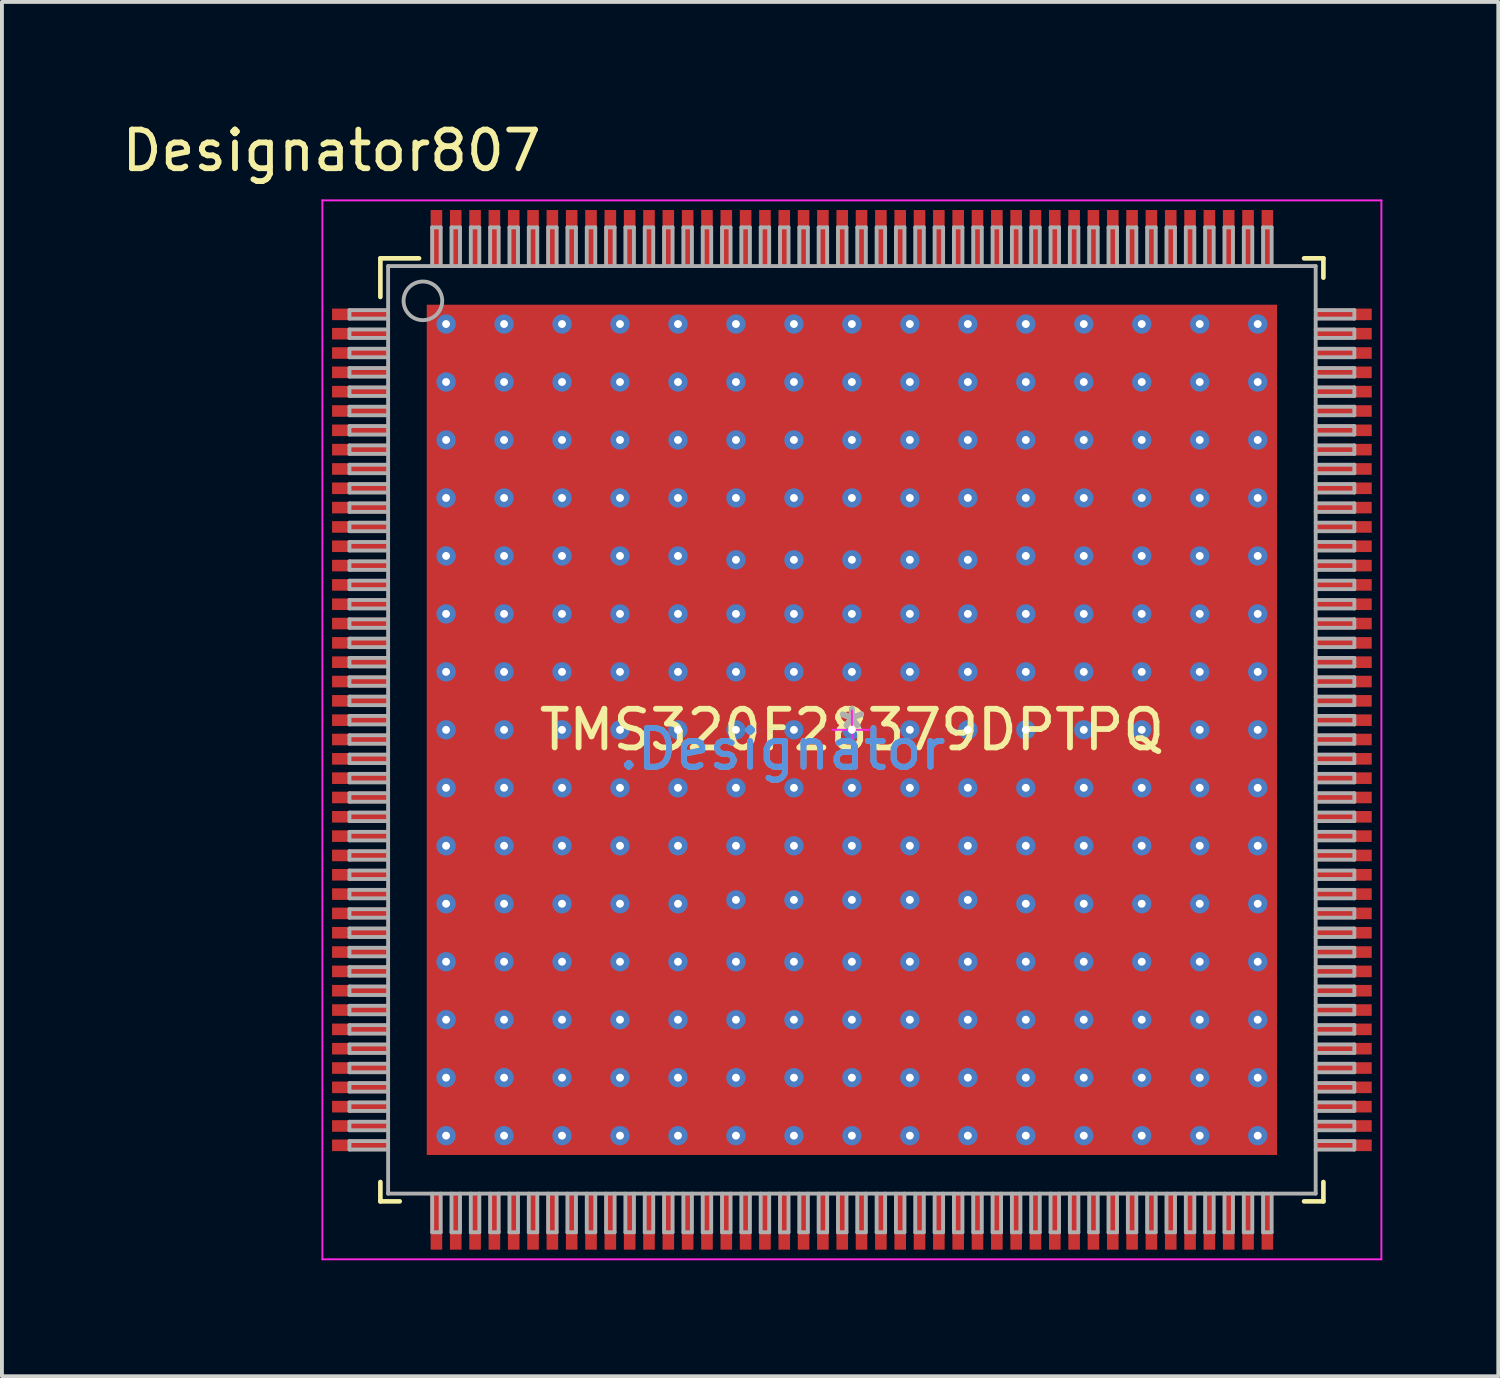
<source format=kicad_pcb>
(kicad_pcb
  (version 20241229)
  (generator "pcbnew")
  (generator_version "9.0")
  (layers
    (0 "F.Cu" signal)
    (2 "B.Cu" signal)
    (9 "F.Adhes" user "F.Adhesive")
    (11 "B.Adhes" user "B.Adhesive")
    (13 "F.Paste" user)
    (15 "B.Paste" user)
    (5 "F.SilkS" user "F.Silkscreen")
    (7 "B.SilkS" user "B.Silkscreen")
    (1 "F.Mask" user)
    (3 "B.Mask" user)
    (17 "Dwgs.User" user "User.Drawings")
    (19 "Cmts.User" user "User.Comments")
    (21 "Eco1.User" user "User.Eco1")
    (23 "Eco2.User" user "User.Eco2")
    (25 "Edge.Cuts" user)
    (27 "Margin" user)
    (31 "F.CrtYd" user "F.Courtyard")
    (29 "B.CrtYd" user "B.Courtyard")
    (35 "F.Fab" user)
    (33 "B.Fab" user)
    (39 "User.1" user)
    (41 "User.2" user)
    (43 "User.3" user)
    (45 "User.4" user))
  (footprint "TMS320F28379DPTPQ"
    (layer "F.Cu")
    (at 18.992 15.834)
    (property "Reference" "TMS320F28379DPTPQ" (at 0 0 0) (layer "F.SilkS") (effects (font (size 1 1) (thickness 0.15))))
    (attr through_hole)
    (fp_poly (pts (xy -4.035 3.628) (xy -4.035 -3.628) (xy -4.034 -3.635) (xy -4.032 -3.642) (xy -4.029 -3.649) (xy -4.024 -3.654) (xy -4.019 -3.659) (xy -4.012 -3.662) (xy -4.005 -3.664) (xy -3.998 -3.665) (xy 3.998 -3.665) (xy 4.006 -3.664) (xy 4.012 -3.662) (xy 4.019 -3.659) (xy 4.024 -3.654) (xy 4.029 -3.649) (xy 4.032 -3.642) (xy 4.034 -3.635) (xy 4.035 -3.628) (xy 4.035 3.628) (xy 4.034 3.635) (xy 4.032 3.642) (xy 4.029 3.649) (xy 4.024 3.654) (xy 4.019 3.659) (xy 4.012 3.662) (xy 4.006 3.664) (xy 3.998 3.665) (xy -3.998 3.665) (xy -4.005 3.664) (xy -4.012 3.662) (xy -4.019 3.659) (xy -4.024 3.654) (xy -4.029 3.649) (xy -4.032 3.642) (xy -4.034 3.635)) (stroke (width 0.1) (type solid)) (fill yes) (layer "F.Mask"))
    (fp_line (start -12.2 -12.2) (end -11.2 -12.2) (stroke (width 0.12) (type solid)) (layer "F.SilkS"))
    (fp_line (start -12.2 -11.2) (end -12.2 -12.2) (stroke (width 0.12) (type solid)) (layer "F.SilkS"))
    (fp_line (start -12.2 12.2) (end -12.2 11.7) (stroke (width 0.12) (type solid)) (layer "F.SilkS"))
    (fp_line (start -12.2 12.2) (end -11.7 12.2) (stroke (width 0.12) (type solid)) (layer "F.SilkS"))
    (fp_line (start 11.7 -12.2) (end 12.2 -12.2) (stroke (width 0.12) (type solid)) (layer "F.SilkS"))
    (fp_line (start 11.7 12.2) (end 12.2 12.2) (stroke (width 0.12) (type solid)) (layer "F.SilkS"))
    (fp_line (start 12.2 -11.7) (end 12.2 -12.2) (stroke (width 0.12) (type solid)) (layer "F.SilkS"))
    (fp_line (start 12.2 12.2) (end 12.2 11.7) (stroke (width 0.12) (type solid)) (layer "F.SilkS"))
    (fp_poly (pts (xy -4.035 3.628) (xy -4.035 -3.628) (xy -4.034 -3.635) (xy -4.032 -3.642) (xy -4.029 -3.649) (xy -4.024 -3.654) (xy -4.019 -3.659) (xy -4.012 -3.662) (xy -4.005 -3.664) (xy -3.998 -3.665) (xy 3.998 -3.665) (xy 4.006 -3.664) (xy 4.012 -3.662) (xy 4.019 -3.659) (xy 4.024 -3.654) (xy 4.029 -3.649) (xy 4.032 -3.642) (xy 4.034 -3.635) (xy 4.035 -3.628) (xy 4.035 3.628) (xy 4.034 3.635) (xy 4.032 3.642) (xy 4.029 3.649) (xy 4.024 3.654) (xy 4.019 3.659) (xy 4.012 3.662) (xy 4.006 3.664) (xy 3.998 3.665) (xy -3.998 3.665) (xy -4.005 3.664) (xy -4.012 3.662) (xy -4.019 3.659) (xy -4.024 3.654) (xy -4.029 3.649) (xy -4.032 3.642) (xy -4.034 3.635)) (stroke (width 0.1) (type solid)) (fill yes) (layer "F.Paste"))
    (fp_line (start -13.7 -13.7) (end 13.7 -13.7) (stroke (width 0.05) (type solid)) (layer "F.CrtYd"))
    (fp_line (start -13.7 13.7) (end -13.7 -13.7) (stroke (width 0.05) (type solid)) (layer "F.CrtYd"))
    (fp_line (start -13.7 13.7) (end 13.7 13.7) (stroke (width 0.05) (type solid)) (layer "F.CrtYd"))
    (fp_line (start -0.5 0) (end 0.5 0) (stroke (width 0.05) (type solid)) (layer "F.CrtYd"))
    (fp_line (start 0.000003 0.5) (end 0.000003 -0.5) (stroke (width 0.05) (type solid)) (layer "F.CrtYd"))
    (fp_line (start 13.7 13.7) (end 13.7 -13.7) (stroke (width 0.05) (type solid)) (layer "F.CrtYd"))
    (fp_line (start -13 -10.86) (end -12 -10.86) (stroke (width 0.1) (type solid)) (layer "F.Fab"))
    (fp_line (start -13 -10.64) (end -13 -10.86) (stroke (width 0.1) (type solid)) (layer "F.Fab"))
    (fp_line (start -13 -10.64) (end -12 -10.64) (stroke (width 0.1) (type solid)) (layer "F.Fab"))
    (fp_line (start -13 -10.36) (end -12 -10.36) (stroke (width 0.1) (type solid)) (layer "F.Fab"))
    (fp_line (start -13 -10.14) (end -13 -10.36) (stroke (width 0.1) (type solid)) (layer "F.Fab"))
    (fp_line (start -13 -10.14) (end -12 -10.14) (stroke (width 0.1) (type solid)) (layer "F.Fab"))
    (fp_line (start -13 -9.86) (end -12 -9.86) (stroke (width 0.1) (type solid)) (layer "F.Fab"))
    (fp_line (start -13 -9.64) (end -13 -9.86) (stroke (width 0.1) (type solid)) (layer "F.Fab"))
    (fp_line (start -13 -9.64) (end -12 -9.64) (stroke (width 0.1) (type solid)) (layer "F.Fab"))
    (fp_line (start -13 -9.36) (end -12 -9.36) (stroke (width 0.1) (type solid)) (layer "F.Fab"))
    (fp_line (start -13 -9.14) (end -13 -9.36) (stroke (width 0.1) (type solid)) (layer "F.Fab"))
    (fp_line (start -13 -9.14) (end -12 -9.14) (stroke (width 0.1) (type solid)) (layer "F.Fab"))
    (fp_line (start -13 -8.86) (end -12 -8.86) (stroke (width 0.1) (type solid)) (layer "F.Fab"))
    (fp_line (start -13 -8.64) (end -13 -8.86) (stroke (width 0.1) (type solid)) (layer "F.Fab"))
    (fp_line (start -13 -8.64) (end -12 -8.64) (stroke (width 0.1) (type solid)) (layer "F.Fab"))
    (fp_line (start -13 -8.36) (end -12 -8.36) (stroke (width 0.1) (type solid)) (layer "F.Fab"))
    (fp_line (start -13 -8.14) (end -13 -8.36) (stroke (width 0.1) (type solid)) (layer "F.Fab"))
    (fp_line (start -13 -8.14) (end -12 -8.14) (stroke (width 0.1) (type solid)) (layer "F.Fab"))
    (fp_line (start -13 -7.86) (end -12 -7.86) (stroke (width 0.1) (type solid)) (layer "F.Fab"))
    (fp_line (start -13 -7.64) (end -13 -7.86) (stroke (width 0.1) (type solid)) (layer "F.Fab"))
    (fp_line (start -13 -7.64) (end -12 -7.64) (stroke (width 0.1) (type solid)) (layer "F.Fab"))
    (fp_line (start -13 -7.36) (end -12 -7.36) (stroke (width 0.1) (type solid)) (layer "F.Fab"))
    (fp_line (start -13 -7.14) (end -13 -7.36) (stroke (width 0.1) (type solid)) (layer "F.Fab"))
    (fp_line (start -13 -7.14) (end -12 -7.14) (stroke (width 0.1) (type solid)) (layer "F.Fab"))
    (fp_line (start -13 -6.86) (end -12 -6.86) (stroke (width 0.1) (type solid)) (layer "F.Fab"))
    (fp_line (start -13 -6.64) (end -13 -6.86) (stroke (width 0.1) (type solid)) (layer "F.Fab"))
    (fp_line (start -13 -6.64) (end -12 -6.64) (stroke (width 0.1) (type solid)) (layer "F.Fab"))
    (fp_line (start -13 -6.36) (end -12 -6.36) (stroke (width 0.1) (type solid)) (layer "F.Fab"))
    (fp_line (start -13 -6.14) (end -13 -6.36) (stroke (width 0.1) (type solid)) (layer "F.Fab"))
    (fp_line (start -13 -6.14) (end -12 -6.14) (stroke (width 0.1) (type solid)) (layer "F.Fab"))
    (fp_line (start -13 -5.86) (end -12 -5.86) (stroke (width 0.1) (type solid)) (layer "F.Fab"))
    (fp_line (start -13 -5.64) (end -13 -5.86) (stroke (width 0.1) (type solid)) (layer "F.Fab"))
    (fp_line (start -13 -5.64) (end -12 -5.64) (stroke (width 0.1) (type solid)) (layer "F.Fab"))
    (fp_line (start -13 -5.36) (end -12 -5.36) (stroke (width 0.1) (type solid)) (layer "F.Fab"))
    (fp_line (start -13 -5.14) (end -13 -5.36) (stroke (width 0.1) (type solid)) (layer "F.Fab"))
    (fp_line (start -13 -5.14) (end -12 -5.14) (stroke (width 0.1) (type solid)) (layer "F.Fab"))
    (fp_line (start -13 -4.86) (end -12 -4.86) (stroke (width 0.1) (type solid)) (layer "F.Fab"))
    (fp_line (start -13 -4.64) (end -13 -4.86) (stroke (width 0.1) (type solid)) (layer "F.Fab"))
    (fp_line (start -13 -4.64) (end -12 -4.64) (stroke (width 0.1) (type solid)) (layer "F.Fab"))
    (fp_line (start -13 -4.36) (end -12 -4.36) (stroke (width 0.1) (type solid)) (layer "F.Fab"))
    (fp_line (start -13 -4.14) (end -13 -4.36) (stroke (width 0.1) (type solid)) (layer "F.Fab"))
    (fp_line (start -13 -4.14) (end -12 -4.14) (stroke (width 0.1) (type solid)) (layer "F.Fab"))
    (fp_line (start -13 -3.86) (end -12 -3.86) (stroke (width 0.1) (type solid)) (layer "F.Fab"))
    (fp_line (start -13 -3.64) (end -13 -3.86) (stroke (width 0.1) (type solid)) (layer "F.Fab"))
    (fp_line (start -13 -3.64) (end -12 -3.64) (stroke (width 0.1) (type solid)) (layer "F.Fab"))
    (fp_line (start -13 -3.36) (end -12 -3.36) (stroke (width 0.1) (type solid)) (layer "F.Fab"))
    (fp_line (start -13 -3.14) (end -13 -3.36) (stroke (width 0.1) (type solid)) (layer "F.Fab"))
    (fp_line (start -13 -3.14) (end -12 -3.14) (stroke (width 0.1) (type solid)) (layer "F.Fab"))
    (fp_line (start -13 -2.86) (end -12 -2.86) (stroke (width 0.1) (type solid)) (layer "F.Fab"))
    (fp_line (start -13 -2.64) (end -13 -2.86) (stroke (width 0.1) (type solid)) (layer "F.Fab"))
    (fp_line (start -13 -2.64) (end -12 -2.64) (stroke (width 0.1) (type solid)) (layer "F.Fab"))
    (fp_line (start -13 -2.36) (end -12 -2.36) (stroke (width 0.1) (type solid)) (layer "F.Fab"))
    (fp_line (start -13 -2.14) (end -13 -2.36) (stroke (width 0.1) (type solid)) (layer "F.Fab"))
    (fp_line (start -13 -2.14) (end -12 -2.14) (stroke (width 0.1) (type solid)) (layer "F.Fab"))
    (fp_line (start -13 -1.86) (end -12 -1.86) (stroke (width 0.1) (type solid)) (layer "F.Fab"))
    (fp_line (start -13 -1.64) (end -13 -1.86) (stroke (width 0.1) (type solid)) (layer "F.Fab"))
    (fp_line (start -13 -1.64) (end -12 -1.64) (stroke (width 0.1) (type solid)) (layer "F.Fab"))
    (fp_line (start -13 -1.36) (end -12 -1.36) (stroke (width 0.1) (type solid)) (layer "F.Fab"))
    (fp_line (start -13 -1.14) (end -13 -1.36) (stroke (width 0.1) (type solid)) (layer "F.Fab"))
    (fp_line (start -13 -1.14) (end -12 -1.14) (stroke (width 0.1) (type solid)) (layer "F.Fab"))
    (fp_line (start -13 -0.86) (end -12 -0.86) (stroke (width 0.1) (type solid)) (layer "F.Fab"))
    (fp_line (start -13 -0.64) (end -13 -0.86) (stroke (width 0.1) (type solid)) (layer "F.Fab"))
    (fp_line (start -13 -0.64) (end -12 -0.64) (stroke (width 0.1) (type solid)) (layer "F.Fab"))
    (fp_line (start -13 -0.36) (end -12 -0.36) (stroke (width 0.1) (type solid)) (layer "F.Fab"))
    (fp_line (start -13 -0.14) (end -13 -0.36) (stroke (width 0.1) (type solid)) (layer "F.Fab"))
    (fp_line (start -13 -0.14) (end -12 -0.14) (stroke (width 0.1) (type solid)) (layer "F.Fab"))
    (fp_line (start -13 0.14) (end -12 0.14) (stroke (width 0.1) (type solid)) (layer "F.Fab"))
    (fp_line (start -13 0.36) (end -13 0.14) (stroke (width 0.1) (type solid)) (layer "F.Fab"))
    (fp_line (start -13 0.36) (end -12 0.36) (stroke (width 0.1) (type solid)) (layer "F.Fab"))
    (fp_line (start -13 0.64) (end -12 0.64) (stroke (width 0.1) (type solid)) (layer "F.Fab"))
    (fp_line (start -13 0.86) (end -13 0.64) (stroke (width 0.1) (type solid)) (layer "F.Fab"))
    (fp_line (start -13 0.86) (end -12 0.86) (stroke (width 0.1) (type solid)) (layer "F.Fab"))
    (fp_line (start -13 1.14) (end -12 1.14) (stroke (width 0.1) (type solid)) (layer "F.Fab"))
    (fp_line (start -13 1.36) (end -13 1.14) (stroke (width 0.1) (type solid)) (layer "F.Fab"))
    (fp_line (start -13 1.36) (end -12 1.36) (stroke (width 0.1) (type solid)) (layer "F.Fab"))
    (fp_line (start -13 1.64) (end -12 1.64) (stroke (width 0.1) (type solid)) (layer "F.Fab"))
    (fp_line (start -13 1.86) (end -13 1.64) (stroke (width 0.1) (type solid)) (layer "F.Fab"))
    (fp_line (start -13 1.86) (end -12 1.86) (stroke (width 0.1) (type solid)) (layer "F.Fab"))
    (fp_line (start -13 2.14) (end -12 2.14) (stroke (width 0.1) (type solid)) (layer "F.Fab"))
    (fp_line (start -13 2.36) (end -13 2.14) (stroke (width 0.1) (type solid)) (layer "F.Fab"))
    (fp_line (start -13 2.36) (end -12 2.36) (stroke (width 0.1) (type solid)) (layer "F.Fab"))
    (fp_line (start -13 2.64) (end -12 2.64) (stroke (width 0.1) (type solid)) (layer "F.Fab"))
    (fp_line (start -13 2.86) (end -13 2.64) (stroke (width 0.1) (type solid)) (layer "F.Fab"))
    (fp_line (start -13 2.86) (end -12 2.86) (stroke (width 0.1) (type solid)) (layer "F.Fab"))
    (fp_line (start -13 3.14) (end -12 3.14) (stroke (width 0.1) (type solid)) (layer "F.Fab"))
    (fp_line (start -13 3.36) (end -13 3.14) (stroke (width 0.1) (type solid)) (layer "F.Fab"))
    (fp_line (start -13 3.36) (end -12 3.36) (stroke (width 0.1) (type solid)) (layer "F.Fab"))
    (fp_line (start -13 3.64) (end -12 3.64) (stroke (width 0.1) (type solid)) (layer "F.Fab"))
    (fp_line (start -13 3.86) (end -13 3.64) (stroke (width 0.1) (type solid)) (layer "F.Fab"))
    (fp_line (start -13 3.86) (end -12 3.86) (stroke (width 0.1) (type solid)) (layer "F.Fab"))
    (fp_line (start -13 4.14) (end -12 4.14) (stroke (width 0.1) (type solid)) (layer "F.Fab"))
    (fp_line (start -13 4.36) (end -13 4.14) (stroke (width 0.1) (type solid)) (layer "F.Fab"))
    (fp_line (start -13 4.36) (end -12 4.36) (stroke (width 0.1) (type solid)) (layer "F.Fab"))
    (fp_line (start -13 4.64) (end -12 4.64) (stroke (width 0.1) (type solid)) (layer "F.Fab"))
    (fp_line (start -13 4.86) (end -13 4.64) (stroke (width 0.1) (type solid)) (layer "F.Fab"))
    (fp_line (start -13 4.86) (end -12 4.86) (stroke (width 0.1) (type solid)) (layer "F.Fab"))
    (fp_line (start -13 5.14) (end -12 5.14) (stroke (width 0.1) (type solid)) (layer "F.Fab"))
    (fp_line (start -13 5.36) (end -13 5.14) (stroke (width 0.1) (type solid)) (layer "F.Fab"))
    (fp_line (start -13 5.36) (end -12 5.36) (stroke (width 0.1) (type solid)) (layer "F.Fab"))
    (fp_line (start -13 5.64) (end -12 5.64) (stroke (width 0.1) (type solid)) (layer "F.Fab"))
    (fp_line (start -13 5.86) (end -13 5.64) (stroke (width 0.1) (type solid)) (layer "F.Fab"))
    (fp_line (start -13 5.86) (end -12 5.86) (stroke (width 0.1) (type solid)) (layer "F.Fab"))
    (fp_line (start -13 6.14) (end -12 6.14) (stroke (width 0.1) (type solid)) (layer "F.Fab"))
    (fp_line (start -13 6.36) (end -13 6.14) (stroke (width 0.1) (type solid)) (layer "F.Fab"))
    (fp_line (start -13 6.36) (end -12 6.36) (stroke (width 0.1) (type solid)) (layer "F.Fab"))
    (fp_line (start -13 6.64) (end -12 6.64) (stroke (width 0.1) (type solid)) (layer "F.Fab"))
    (fp_line (start -13 6.86) (end -13 6.64) (stroke (width 0.1) (type solid)) (layer "F.Fab"))
    (fp_line (start -13 6.86) (end -12 6.86) (stroke (width 0.1) (type solid)) (layer "F.Fab"))
    (fp_line (start -13 7.14) (end -12 7.14) (stroke (width 0.1) (type solid)) (layer "F.Fab"))
    (fp_line (start -13 7.36) (end -13 7.14) (stroke (width 0.1) (type solid)) (layer "F.Fab"))
    (fp_line (start -13 7.36) (end -12 7.36) (stroke (width 0.1) (type solid)) (layer "F.Fab"))
    (fp_line (start -13 7.64) (end -12 7.64) (stroke (width 0.1) (type solid)) (layer "F.Fab"))
    (fp_line (start -13 7.86) (end -13 7.64) (stroke (width 0.1) (type solid)) (layer "F.Fab"))
    (fp_line (start -13 7.86) (end -12 7.86) (stroke (width 0.1) (type solid)) (layer "F.Fab"))
    (fp_line (start -13 8.14) (end -12 8.14) (stroke (width 0.1) (type solid)) (layer "F.Fab"))
    (fp_line (start -13 8.36) (end -13 8.14) (stroke (width 0.1) (type solid)) (layer "F.Fab"))
    (fp_line (start -13 8.36) (end -12 8.36) (stroke (width 0.1) (type solid)) (layer "F.Fab"))
    (fp_line (start -13 8.64) (end -12 8.64) (stroke (width 0.1) (type solid)) (layer "F.Fab"))
    (fp_line (start -13 8.86) (end -13 8.64) (stroke (width 0.1) (type solid)) (layer "F.Fab"))
    (fp_line (start -13 8.86) (end -12 8.86) (stroke (width 0.1) (type solid)) (layer "F.Fab"))
    (fp_line (start -13 9.14) (end -12 9.14) (stroke (width 0.1) (type solid)) (layer "F.Fab"))
    (fp_line (start -13 9.36) (end -13 9.14) (stroke (width 0.1) (type solid)) (layer "F.Fab"))
    (fp_line (start -13 9.36) (end -12 9.36) (stroke (width 0.1) (type solid)) (layer "F.Fab"))
    (fp_line (start -13 9.64) (end -12 9.64) (stroke (width 0.1) (type solid)) (layer "F.Fab"))
    (fp_line (start -13 9.86) (end -13 9.64) (stroke (width 0.1) (type solid)) (layer "F.Fab"))
    (fp_line (start -13 9.86) (end -12 9.86) (stroke (width 0.1) (type solid)) (layer "F.Fab"))
    (fp_line (start -13 10.14) (end -12 10.14) (stroke (width 0.1) (type solid)) (layer "F.Fab"))
    (fp_line (start -13 10.36) (end -13 10.14) (stroke (width 0.1) (type solid)) (layer "F.Fab"))
    (fp_line (start -13 10.36) (end -12 10.36) (stroke (width 0.1) (type solid)) (layer "F.Fab"))
    (fp_line (start -13 10.64) (end -12 10.64) (stroke (width 0.1) (type solid)) (layer "F.Fab"))
    (fp_line (start -13 10.86) (end -13 10.64) (stroke (width 0.1) (type solid)) (layer "F.Fab"))
    (fp_line (start -13 10.86) (end -12 10.86) (stroke (width 0.1) (type solid)) (layer "F.Fab"))
    (fp_line (start -12 -12) (end 12 -12) (stroke (width 0.1) (type solid)) (layer "F.Fab"))
    (fp_line (start -12 12) (end -12 -12) (stroke (width 0.1) (type solid)) (layer "F.Fab"))
    (fp_line (start -12 12) (end 12 12) (stroke (width 0.1) (type solid)) (layer "F.Fab"))
    (fp_line (start -10.86 -13) (end -10.64 -13) (stroke (width 0.1) (type solid)) (layer "F.Fab"))
    (fp_line (start -10.86 -12) (end -10.86 -13) (stroke (width 0.1) (type solid)) (layer "F.Fab"))
    (fp_line (start -10.86 13) (end -10.86 12) (stroke (width 0.1) (type solid)) (layer "F.Fab"))
    (fp_line (start -10.86 13) (end -10.64 13) (stroke (width 0.1) (type solid)) (layer "F.Fab"))
    (fp_line (start -10.64 -12) (end -10.64 -13) (stroke (width 0.1) (type solid)) (layer "F.Fab"))
    (fp_line (start -10.64 13) (end -10.64 12) (stroke (width 0.1) (type solid)) (layer "F.Fab"))
    (fp_line (start -10.36 -13) (end -10.14 -13) (stroke (width 0.1) (type solid)) (layer "F.Fab"))
    (fp_line (start -10.36 -12) (end -10.36 -13) (stroke (width 0.1) (type solid)) (layer "F.Fab"))
    (fp_line (start -10.36 13) (end -10.36 12) (stroke (width 0.1) (type solid)) (layer "F.Fab"))
    (fp_line (start -10.36 13) (end -10.14 13) (stroke (width 0.1) (type solid)) (layer "F.Fab"))
    (fp_line (start -10.14 -12) (end -10.14 -13) (stroke (width 0.1) (type solid)) (layer "F.Fab"))
    (fp_line (start -10.14 13) (end -10.14 12) (stroke (width 0.1) (type solid)) (layer "F.Fab"))
    (fp_line (start -9.86 -13) (end -9.64 -13) (stroke (width 0.1) (type solid)) (layer "F.Fab"))
    (fp_line (start -9.86 -12) (end -9.86 -13) (stroke (width 0.1) (type solid)) (layer "F.Fab"))
    (fp_line (start -9.86 13) (end -9.86 12) (stroke (width 0.1) (type solid)) (layer "F.Fab"))
    (fp_line (start -9.86 13) (end -9.64 13) (stroke (width 0.1) (type solid)) (layer "F.Fab"))
    (fp_line (start -9.64 -12) (end -9.64 -13) (stroke (width 0.1) (type solid)) (layer "F.Fab"))
    (fp_line (start -9.64 13) (end -9.64 12) (stroke (width 0.1) (type solid)) (layer "F.Fab"))
    (fp_line (start -9.36 -13) (end -9.14 -13) (stroke (width 0.1) (type solid)) (layer "F.Fab"))
    (fp_line (start -9.36 -12) (end -9.36 -13) (stroke (width 0.1) (type solid)) (layer "F.Fab"))
    (fp_line (start -9.36 13) (end -9.36 12) (stroke (width 0.1) (type solid)) (layer "F.Fab"))
    (fp_line (start -9.36 13) (end -9.14 13) (stroke (width 0.1) (type solid)) (layer "F.Fab"))
    (fp_line (start -9.14 -12) (end -9.14 -13) (stroke (width 0.1) (type solid)) (layer "F.Fab"))
    (fp_line (start -9.14 13) (end -9.14 12) (stroke (width 0.1) (type solid)) (layer "F.Fab"))
    (fp_line (start -8.86 -13) (end -8.64 -13) (stroke (width 0.1) (type solid)) (layer "F.Fab"))
    (fp_line (start -8.86 -12) (end -8.86 -13) (stroke (width 0.1) (type solid)) (layer "F.Fab"))
    (fp_line (start -8.86 13) (end -8.86 12) (stroke (width 0.1) (type solid)) (layer "F.Fab"))
    (fp_line (start -8.86 13) (end -8.64 13) (stroke (width 0.1) (type solid)) (layer "F.Fab"))
    (fp_line (start -8.64 -12) (end -8.64 -13) (stroke (width 0.1) (type solid)) (layer "F.Fab"))
    (fp_line (start -8.64 13) (end -8.64 12) (stroke (width 0.1) (type solid)) (layer "F.Fab"))
    (fp_line (start -8.36 -13) (end -8.14 -13) (stroke (width 0.1) (type solid)) (layer "F.Fab"))
    (fp_line (start -8.36 -12) (end -8.36 -13) (stroke (width 0.1) (type solid)) (layer "F.Fab"))
    (fp_line (start -8.36 13) (end -8.36 12) (stroke (width 0.1) (type solid)) (layer "F.Fab"))
    (fp_line (start -8.36 13) (end -8.14 13) (stroke (width 0.1) (type solid)) (layer "F.Fab"))
    (fp_line (start -8.14 -12) (end -8.14 -13) (stroke (width 0.1) (type solid)) (layer "F.Fab"))
    (fp_line (start -8.14 13) (end -8.14 12) (stroke (width 0.1) (type solid)) (layer "F.Fab"))
    (fp_line (start -7.86 -13) (end -7.64 -13) (stroke (width 0.1) (type solid)) (layer "F.Fab"))
    (fp_line (start -7.86 -12) (end -7.86 -13) (stroke (width 0.1) (type solid)) (layer "F.Fab"))
    (fp_line (start -7.86 13) (end -7.86 12) (stroke (width 0.1) (type solid)) (layer "F.Fab"))
    (fp_line (start -7.86 13) (end -7.64 13) (stroke (width 0.1) (type solid)) (layer "F.Fab"))
    (fp_line (start -7.64 -12) (end -7.64 -13) (stroke (width 0.1) (type solid)) (layer "F.Fab"))
    (fp_line (start -7.64 13) (end -7.64 12) (stroke (width 0.1) (type solid)) (layer "F.Fab"))
    (fp_line (start -7.36 -13) (end -7.14 -13) (stroke (width 0.1) (type solid)) (layer "F.Fab"))
    (fp_line (start -7.36 -12) (end -7.36 -13) (stroke (width 0.1) (type solid)) (layer "F.Fab"))
    (fp_line (start -7.36 13) (end -7.36 12) (stroke (width 0.1) (type solid)) (layer "F.Fab"))
    (fp_line (start -7.36 13) (end -7.14 13) (stroke (width 0.1) (type solid)) (layer "F.Fab"))
    (fp_line (start -7.14 -12) (end -7.14 -13) (stroke (width 0.1) (type solid)) (layer "F.Fab"))
    (fp_line (start -7.14 13) (end -7.14 12) (stroke (width 0.1) (type solid)) (layer "F.Fab"))
    (fp_line (start -6.86 -13) (end -6.64 -13) (stroke (width 0.1) (type solid)) (layer "F.Fab"))
    (fp_line (start -6.86 -12) (end -6.86 -13) (stroke (width 0.1) (type solid)) (layer "F.Fab"))
    (fp_line (start -6.86 13) (end -6.86 12) (stroke (width 0.1) (type solid)) (layer "F.Fab"))
    (fp_line (start -6.86 13) (end -6.64 13) (stroke (width 0.1) (type solid)) (layer "F.Fab"))
    (fp_line (start -6.64 -12) (end -6.64 -13) (stroke (width 0.1) (type solid)) (layer "F.Fab"))
    (fp_line (start -6.64 13) (end -6.64 12) (stroke (width 0.1) (type solid)) (layer "F.Fab"))
    (fp_line (start -6.36 -13) (end -6.14 -13) (stroke (width 0.1) (type solid)) (layer "F.Fab"))
    (fp_line (start -6.36 -12) (end -6.36 -13) (stroke (width 0.1) (type solid)) (layer "F.Fab"))
    (fp_line (start -6.36 13) (end -6.36 12) (stroke (width 0.1) (type solid)) (layer "F.Fab"))
    (fp_line (start -6.36 13) (end -6.14 13) (stroke (width 0.1) (type solid)) (layer "F.Fab"))
    (fp_line (start -6.14 -12) (end -6.14 -13) (stroke (width 0.1) (type solid)) (layer "F.Fab"))
    (fp_line (start -6.14 13) (end -6.14 12) (stroke (width 0.1) (type solid)) (layer "F.Fab"))
    (fp_line (start -5.86 -13) (end -5.64 -13) (stroke (width 0.1) (type solid)) (layer "F.Fab"))
    (fp_line (start -5.86 -12) (end -5.86 -13) (stroke (width 0.1) (type solid)) (layer "F.Fab"))
    (fp_line (start -5.86 13) (end -5.86 12) (stroke (width 0.1) (type solid)) (layer "F.Fab"))
    (fp_line (start -5.86 13) (end -5.64 13) (stroke (width 0.1) (type solid)) (layer "F.Fab"))
    (fp_line (start -5.64 -12) (end -5.64 -13) (stroke (width 0.1) (type solid)) (layer "F.Fab"))
    (fp_line (start -5.64 13) (end -5.64 12) (stroke (width 0.1) (type solid)) (layer "F.Fab"))
    (fp_line (start -5.36 -13) (end -5.14 -13) (stroke (width 0.1) (type solid)) (layer "F.Fab"))
    (fp_line (start -5.36 -12) (end -5.36 -13) (stroke (width 0.1) (type solid)) (layer "F.Fab"))
    (fp_line (start -5.36 13) (end -5.36 12) (stroke (width 0.1) (type solid)) (layer "F.Fab"))
    (fp_line (start -5.36 13) (end -5.14 13) (stroke (width 0.1) (type solid)) (layer "F.Fab"))
    (fp_line (start -5.14 -12) (end -5.14 -13) (stroke (width 0.1) (type solid)) (layer "F.Fab"))
    (fp_line (start -5.14 13) (end -5.14 12) (stroke (width 0.1) (type solid)) (layer "F.Fab"))
    (fp_line (start -4.86 -13) (end -4.64 -13) (stroke (width 0.1) (type solid)) (layer "F.Fab"))
    (fp_line (start -4.86 -12) (end -4.86 -13) (stroke (width 0.1) (type solid)) (layer "F.Fab"))
    (fp_line (start -4.86 13) (end -4.86 12) (stroke (width 0.1) (type solid)) (layer "F.Fab"))
    (fp_line (start -4.86 13) (end -4.64 13) (stroke (width 0.1) (type solid)) (layer "F.Fab"))
    (fp_line (start -4.64 -12) (end -4.64 -13) (stroke (width 0.1) (type solid)) (layer "F.Fab"))
    (fp_line (start -4.64 13) (end -4.64 12) (stroke (width 0.1) (type solid)) (layer "F.Fab"))
    (fp_line (start -4.36 -13) (end -4.14 -13) (stroke (width 0.1) (type solid)) (layer "F.Fab"))
    (fp_line (start -4.36 -12) (end -4.36 -13) (stroke (width 0.1) (type solid)) (layer "F.Fab"))
    (fp_line (start -4.36 13) (end -4.36 12) (stroke (width 0.1) (type solid)) (layer "F.Fab"))
    (fp_line (start -4.36 13) (end -4.14 13) (stroke (width 0.1) (type solid)) (layer "F.Fab"))
    (fp_line (start -4.14 -12) (end -4.14 -13) (stroke (width 0.1) (type solid)) (layer "F.Fab"))
    (fp_line (start -4.14 13) (end -4.14 12) (stroke (width 0.1) (type solid)) (layer "F.Fab"))
    (fp_line (start -3.86 -13) (end -3.64 -13) (stroke (width 0.1) (type solid)) (layer "F.Fab"))
    (fp_line (start -3.86 -12) (end -3.86 -13) (stroke (width 0.1) (type solid)) (layer "F.Fab"))
    (fp_line (start -3.86 13) (end -3.86 12) (stroke (width 0.1) (type solid)) (layer "F.Fab"))
    (fp_line (start -3.86 13) (end -3.64 13) (stroke (width 0.1) (type solid)) (layer "F.Fab"))
    (fp_line (start -3.64 -12) (end -3.64 -13) (stroke (width 0.1) (type solid)) (layer "F.Fab"))
    (fp_line (start -3.64 13) (end -3.64 12) (stroke (width 0.1) (type solid)) (layer "F.Fab"))
    (fp_line (start -3.36 -13) (end -3.14 -13) (stroke (width 0.1) (type solid)) (layer "F.Fab"))
    (fp_line (start -3.36 -12) (end -3.36 -13) (stroke (width 0.1) (type solid)) (layer "F.Fab"))
    (fp_line (start -3.36 13) (end -3.36 12) (stroke (width 0.1) (type solid)) (layer "F.Fab"))
    (fp_line (start -3.36 13) (end -3.14 13) (stroke (width 0.1) (type solid)) (layer "F.Fab"))
    (fp_line (start -3.14 -12) (end -3.14 -13) (stroke (width 0.1) (type solid)) (layer "F.Fab"))
    (fp_line (start -3.14 13) (end -3.14 12) (stroke (width 0.1) (type solid)) (layer "F.Fab"))
    (fp_line (start -2.86 -13) (end -2.64 -13) (stroke (width 0.1) (type solid)) (layer "F.Fab"))
    (fp_line (start -2.86 -12) (end -2.86 -13) (stroke (width 0.1) (type solid)) (layer "F.Fab"))
    (fp_line (start -2.86 13) (end -2.86 12) (stroke (width 0.1) (type solid)) (layer "F.Fab"))
    (fp_line (start -2.86 13) (end -2.64 13) (stroke (width 0.1) (type solid)) (layer "F.Fab"))
    (fp_line (start -2.64 -12) (end -2.64 -13) (stroke (width 0.1) (type solid)) (layer "F.Fab"))
    (fp_line (start -2.64 13) (end -2.64 12) (stroke (width 0.1) (type solid)) (layer "F.Fab"))
    (fp_line (start -2.36 -13) (end -2.14 -13) (stroke (width 0.1) (type solid)) (layer "F.Fab"))
    (fp_line (start -2.36 -12) (end -2.36 -13) (stroke (width 0.1) (type solid)) (layer "F.Fab"))
    (fp_line (start -2.36 13) (end -2.36 12) (stroke (width 0.1) (type solid)) (layer "F.Fab"))
    (fp_line (start -2.36 13) (end -2.14 13) (stroke (width 0.1) (type solid)) (layer "F.Fab"))
    (fp_line (start -2.14 -12) (end -2.14 -13) (stroke (width 0.1) (type solid)) (layer "F.Fab"))
    (fp_line (start -2.14 13) (end -2.14 12) (stroke (width 0.1) (type solid)) (layer "F.Fab"))
    (fp_line (start -1.86 -13) (end -1.64 -13) (stroke (width 0.1) (type solid)) (layer "F.Fab"))
    (fp_line (start -1.86 -12) (end -1.86 -13) (stroke (width 0.1) (type solid)) (layer "F.Fab"))
    (fp_line (start -1.86 13) (end -1.86 12) (stroke (width 0.1) (type solid)) (layer "F.Fab"))
    (fp_line (start -1.86 13) (end -1.64 13) (stroke (width 0.1) (type solid)) (layer "F.Fab"))
    (fp_line (start -1.64 -12) (end -1.64 -13) (stroke (width 0.1) (type solid)) (layer "F.Fab"))
    (fp_line (start -1.64 13) (end -1.64 12) (stroke (width 0.1) (type solid)) (layer "F.Fab"))
    (fp_line (start -1.36 -13) (end -1.14 -13) (stroke (width 0.1) (type solid)) (layer "F.Fab"))
    (fp_line (start -1.36 -12) (end -1.36 -13) (stroke (width 0.1) (type solid)) (layer "F.Fab"))
    (fp_line (start -1.36 13) (end -1.36 12) (stroke (width 0.1) (type solid)) (layer "F.Fab"))
    (fp_line (start -1.36 13) (end -1.14 13) (stroke (width 0.1) (type solid)) (layer "F.Fab"))
    (fp_line (start -1.14 -12) (end -1.14 -13) (stroke (width 0.1) (type solid)) (layer "F.Fab"))
    (fp_line (start -1.14 13) (end -1.14 12) (stroke (width 0.1) (type solid)) (layer "F.Fab"))
    (fp_line (start -0.86 -13) (end -0.64 -13) (stroke (width 0.1) (type solid)) (layer "F.Fab"))
    (fp_line (start -0.86 -12) (end -0.86 -13) (stroke (width 0.1) (type solid)) (layer "F.Fab"))
    (fp_line (start -0.86 13) (end -0.86 12) (stroke (width 0.1) (type solid)) (layer "F.Fab"))
    (fp_line (start -0.86 13) (end -0.64 13) (stroke (width 0.1) (type solid)) (layer "F.Fab"))
    (fp_line (start -0.64 -12) (end -0.64 -13) (stroke (width 0.1) (type solid)) (layer "F.Fab"))
    (fp_line (start -0.64 13) (end -0.64 12) (stroke (width 0.1) (type solid)) (layer "F.Fab"))
    (fp_line (start -0.36 -13) (end -0.14 -13) (stroke (width 0.1) (type solid)) (layer "F.Fab"))
    (fp_line (start -0.36 -12) (end -0.36 -13) (stroke (width 0.1) (type solid)) (layer "F.Fab"))
    (fp_line (start -0.36 13) (end -0.36 12) (stroke (width 0.1) (type solid)) (layer "F.Fab"))
    (fp_line (start -0.36 13) (end -0.14 13) (stroke (width 0.1) (type solid)) (layer "F.Fab"))
    (fp_line (start -0.14 -12) (end -0.14 -13) (stroke (width 0.1) (type solid)) (layer "F.Fab"))
    (fp_line (start -0.14 13) (end -0.14 12) (stroke (width 0.1) (type solid)) (layer "F.Fab"))
    (fp_line (start 0.14 -13) (end 0.36 -13) (stroke (width 0.1) (type solid)) (layer "F.Fab"))
    (fp_line (start 0.14 -12) (end 0.14 -13) (stroke (width 0.1) (type solid)) (layer "F.Fab"))
    (fp_line (start 0.14 13) (end 0.14 12) (stroke (width 0.1) (type solid)) (layer "F.Fab"))
    (fp_line (start 0.14 13) (end 0.36 13) (stroke (width 0.1) (type solid)) (layer "F.Fab"))
    (fp_line (start 0.36 -12) (end 0.36 -13) (stroke (width 0.1) (type solid)) (layer "F.Fab"))
    (fp_line (start 0.36 13) (end 0.36 12) (stroke (width 0.1) (type solid)) (layer "F.Fab"))
    (fp_line (start 0.64 -13) (end 0.86 -13) (stroke (width 0.1) (type solid)) (layer "F.Fab"))
    (fp_line (start 0.64 -12) (end 0.64 -13) (stroke (width 0.1) (type solid)) (layer "F.Fab"))
    (fp_line (start 0.64 13) (end 0.64 12) (stroke (width 0.1) (type solid)) (layer "F.Fab"))
    (fp_line (start 0.64 13) (end 0.86 13) (stroke (width 0.1) (type solid)) (layer "F.Fab"))
    (fp_line (start 0.86 -12) (end 0.86 -13) (stroke (width 0.1) (type solid)) (layer "F.Fab"))
    (fp_line (start 0.86 13) (end 0.86 12) (stroke (width 0.1) (type solid)) (layer "F.Fab"))
    (fp_line (start 1.14 -13) (end 1.36 -13) (stroke (width 0.1) (type solid)) (layer "F.Fab"))
    (fp_line (start 1.14 -12) (end 1.14 -13) (stroke (width 0.1) (type solid)) (layer "F.Fab"))
    (fp_line (start 1.14 13) (end 1.14 12) (stroke (width 0.1) (type solid)) (layer "F.Fab"))
    (fp_line (start 1.14 13) (end 1.36 13) (stroke (width 0.1) (type solid)) (layer "F.Fab"))
    (fp_line (start 1.36 -12) (end 1.36 -13) (stroke (width 0.1) (type solid)) (layer "F.Fab"))
    (fp_line (start 1.36 13) (end 1.36 12) (stroke (width 0.1) (type solid)) (layer "F.Fab"))
    (fp_line (start 1.64 -13) (end 1.86 -13) (stroke (width 0.1) (type solid)) (layer "F.Fab"))
    (fp_line (start 1.64 -12) (end 1.64 -13) (stroke (width 0.1) (type solid)) (layer "F.Fab"))
    (fp_line (start 1.64 13) (end 1.64 12) (stroke (width 0.1) (type solid)) (layer "F.Fab"))
    (fp_line (start 1.64 13) (end 1.86 13) (stroke (width 0.1) (type solid)) (layer "F.Fab"))
    (fp_line (start 1.86 -12) (end 1.86 -13) (stroke (width 0.1) (type solid)) (layer "F.Fab"))
    (fp_line (start 1.86 13) (end 1.86 12) (stroke (width 0.1) (type solid)) (layer "F.Fab"))
    (fp_line (start 2.14 -13) (end 2.36 -13) (stroke (width 0.1) (type solid)) (layer "F.Fab"))
    (fp_line (start 2.14 -12) (end 2.14 -13) (stroke (width 0.1) (type solid)) (layer "F.Fab"))
    (fp_line (start 2.14 13) (end 2.14 12) (stroke (width 0.1) (type solid)) (layer "F.Fab"))
    (fp_line (start 2.14 13) (end 2.36 13) (stroke (width 0.1) (type solid)) (layer "F.Fab"))
    (fp_line (start 2.36 -12) (end 2.36 -13) (stroke (width 0.1) (type solid)) (layer "F.Fab"))
    (fp_line (start 2.36 13) (end 2.36 12) (stroke (width 0.1) (type solid)) (layer "F.Fab"))
    (fp_line (start 2.64 -13) (end 2.86 -13) (stroke (width 0.1) (type solid)) (layer "F.Fab"))
    (fp_line (start 2.64 -12) (end 2.64 -13) (stroke (width 0.1) (type solid)) (layer "F.Fab"))
    (fp_line (start 2.64 13) (end 2.64 12) (stroke (width 0.1) (type solid)) (layer "F.Fab"))
    (fp_line (start 2.64 13) (end 2.86 13) (stroke (width 0.1) (type solid)) (layer "F.Fab"))
    (fp_line (start 2.86 -12) (end 2.86 -13) (stroke (width 0.1) (type solid)) (layer "F.Fab"))
    (fp_line (start 2.86 13) (end 2.86 12) (stroke (width 0.1) (type solid)) (layer "F.Fab"))
    (fp_line (start 3.14 -13) (end 3.36 -13) (stroke (width 0.1) (type solid)) (layer "F.Fab"))
    (fp_line (start 3.14 -12) (end 3.14 -13) (stroke (width 0.1) (type solid)) (layer "F.Fab"))
    (fp_line (start 3.14 13) (end 3.14 12) (stroke (width 0.1) (type solid)) (layer "F.Fab"))
    (fp_line (start 3.14 13) (end 3.36 13) (stroke (width 0.1) (type solid)) (layer "F.Fab"))
    (fp_line (start 3.36 -12) (end 3.36 -13) (stroke (width 0.1) (type solid)) (layer "F.Fab"))
    (fp_line (start 3.36 13) (end 3.36 12) (stroke (width 0.1) (type solid)) (layer "F.Fab"))
    (fp_line (start 3.64 -13) (end 3.86 -13) (stroke (width 0.1) (type solid)) (layer "F.Fab"))
    (fp_line (start 3.64 -12) (end 3.64 -13) (stroke (width 0.1) (type solid)) (layer "F.Fab"))
    (fp_line (start 3.64 13) (end 3.64 12) (stroke (width 0.1) (type solid)) (layer "F.Fab"))
    (fp_line (start 3.64 13) (end 3.86 13) (stroke (width 0.1) (type solid)) (layer "F.Fab"))
    (fp_line (start 3.86 -12) (end 3.86 -13) (stroke (width 0.1) (type solid)) (layer "F.Fab"))
    (fp_line (start 3.86 13) (end 3.86 12) (stroke (width 0.1) (type solid)) (layer "F.Fab"))
    (fp_line (start 4.14 -13) (end 4.36 -13) (stroke (width 0.1) (type solid)) (layer "F.Fab"))
    (fp_line (start 4.14 -12) (end 4.14 -13) (stroke (width 0.1) (type solid)) (layer "F.Fab"))
    (fp_line (start 4.14 13) (end 4.14 12) (stroke (width 0.1) (type solid)) (layer "F.Fab"))
    (fp_line (start 4.14 13) (end 4.36 13) (stroke (width 0.1) (type solid)) (layer "F.Fab"))
    (fp_line (start 4.36 -12) (end 4.36 -13) (stroke (width 0.1) (type solid)) (layer "F.Fab"))
    (fp_line (start 4.36 13) (end 4.36 12) (stroke (width 0.1) (type solid)) (layer "F.Fab"))
    (fp_line (start 4.64 -13) (end 4.86 -13) (stroke (width 0.1) (type solid)) (layer "F.Fab"))
    (fp_line (start 4.64 -12) (end 4.64 -13) (stroke (width 0.1) (type solid)) (layer "F.Fab"))
    (fp_line (start 4.64 13) (end 4.64 12) (stroke (width 0.1) (type solid)) (layer "F.Fab"))
    (fp_line (start 4.64 13) (end 4.86 13) (stroke (width 0.1) (type solid)) (layer "F.Fab"))
    (fp_line (start 4.86 -12) (end 4.86 -13) (stroke (width 0.1) (type solid)) (layer "F.Fab"))
    (fp_line (start 4.86 13) (end 4.86 12) (stroke (width 0.1) (type solid)) (layer "F.Fab"))
    (fp_line (start 5.14 -13) (end 5.36 -13) (stroke (width 0.1) (type solid)) (layer "F.Fab"))
    (fp_line (start 5.14 -12) (end 5.14 -13) (stroke (width 0.1) (type solid)) (layer "F.Fab"))
    (fp_line (start 5.14 13) (end 5.14 12) (stroke (width 0.1) (type solid)) (layer "F.Fab"))
    (fp_line (start 5.14 13) (end 5.36 13) (stroke (width 0.1) (type solid)) (layer "F.Fab"))
    (fp_line (start 5.36 -12) (end 5.36 -13) (stroke (width 0.1) (type solid)) (layer "F.Fab"))
    (fp_line (start 5.36 13) (end 5.36 12) (stroke (width 0.1) (type solid)) (layer "F.Fab"))
    (fp_line (start 5.64 -13) (end 5.86 -13) (stroke (width 0.1) (type solid)) (layer "F.Fab"))
    (fp_line (start 5.64 -12) (end 5.64 -13) (stroke (width 0.1) (type solid)) (layer "F.Fab"))
    (fp_line (start 5.64 13) (end 5.64 12) (stroke (width 0.1) (type solid)) (layer "F.Fab"))
    (fp_line (start 5.64 13) (end 5.86 13) (stroke (width 0.1) (type solid)) (layer "F.Fab"))
    (fp_line (start 5.86 -12) (end 5.86 -13) (stroke (width 0.1) (type solid)) (layer "F.Fab"))
    (fp_line (start 5.86 13) (end 5.86 12) (stroke (width 0.1) (type solid)) (layer "F.Fab"))
    (fp_line (start 6.14 -13) (end 6.36 -13) (stroke (width 0.1) (type solid)) (layer "F.Fab"))
    (fp_line (start 6.14 -12) (end 6.14 -13) (stroke (width 0.1) (type solid)) (layer "F.Fab"))
    (fp_line (start 6.14 13) (end 6.14 12) (stroke (width 0.1) (type solid)) (layer "F.Fab"))
    (fp_line (start 6.14 13) (end 6.36 13) (stroke (width 0.1) (type solid)) (layer "F.Fab"))
    (fp_line (start 6.36 -12) (end 6.36 -13) (stroke (width 0.1) (type solid)) (layer "F.Fab"))
    (fp_line (start 6.36 13) (end 6.36 12) (stroke (width 0.1) (type solid)) (layer "F.Fab"))
    (fp_line (start 6.64 -13) (end 6.86 -13) (stroke (width 0.1) (type solid)) (layer "F.Fab"))
    (fp_line (start 6.64 -12) (end 6.64 -13) (stroke (width 0.1) (type solid)) (layer "F.Fab"))
    (fp_line (start 6.64 13) (end 6.64 12) (stroke (width 0.1) (type solid)) (layer "F.Fab"))
    (fp_line (start 6.64 13) (end 6.86 13) (stroke (width 0.1) (type solid)) (layer "F.Fab"))
    (fp_line (start 6.86 -12) (end 6.86 -13) (stroke (width 0.1) (type solid)) (layer "F.Fab"))
    (fp_line (start 6.86 13) (end 6.86 12) (stroke (width 0.1) (type solid)) (layer "F.Fab"))
    (fp_line (start 7.14 -13) (end 7.36 -13) (stroke (width 0.1) (type solid)) (layer "F.Fab"))
    (fp_line (start 7.14 -12) (end 7.14 -13) (stroke (width 0.1) (type solid)) (layer "F.Fab"))
    (fp_line (start 7.14 13) (end 7.14 12) (stroke (width 0.1) (type solid)) (layer "F.Fab"))
    (fp_line (start 7.14 13) (end 7.36 13) (stroke (width 0.1) (type solid)) (layer "F.Fab"))
    (fp_line (start 7.36 -12) (end 7.36 -13) (stroke (width 0.1) (type solid)) (layer "F.Fab"))
    (fp_line (start 7.36 13) (end 7.36 12) (stroke (width 0.1) (type solid)) (layer "F.Fab"))
    (fp_line (start 7.64 -13) (end 7.86 -13) (stroke (width 0.1) (type solid)) (layer "F.Fab"))
    (fp_line (start 7.64 -12) (end 7.64 -13) (stroke (width 0.1) (type solid)) (layer "F.Fab"))
    (fp_line (start 7.64 13) (end 7.64 12) (stroke (width 0.1) (type solid)) (layer "F.Fab"))
    (fp_line (start 7.64 13) (end 7.86 13) (stroke (width 0.1) (type solid)) (layer "F.Fab"))
    (fp_line (start 7.86 -12) (end 7.86 -13) (stroke (width 0.1) (type solid)) (layer "F.Fab"))
    (fp_line (start 7.86 13) (end 7.86 12) (stroke (width 0.1) (type solid)) (layer "F.Fab"))
    (fp_line (start 8.14 -13) (end 8.36 -13) (stroke (width 0.1) (type solid)) (layer "F.Fab"))
    (fp_line (start 8.14 -12) (end 8.14 -13) (stroke (width 0.1) (type solid)) (layer "F.Fab"))
    (fp_line (start 8.14 13) (end 8.14 12) (stroke (width 0.1) (type solid)) (layer "F.Fab"))
    (fp_line (start 8.14 13) (end 8.36 13) (stroke (width 0.1) (type solid)) (layer "F.Fab"))
    (fp_line (start 8.36 -12) (end 8.36 -13) (stroke (width 0.1) (type solid)) (layer "F.Fab"))
    (fp_line (start 8.36 13) (end 8.36 12) (stroke (width 0.1) (type solid)) (layer "F.Fab"))
    (fp_line (start 8.64 -13) (end 8.86 -13) (stroke (width 0.1) (type solid)) (layer "F.Fab"))
    (fp_line (start 8.64 -12) (end 8.64 -13) (stroke (width 0.1) (type solid)) (layer "F.Fab"))
    (fp_line (start 8.64 13) (end 8.64 12) (stroke (width 0.1) (type solid)) (layer "F.Fab"))
    (fp_line (start 8.64 13) (end 8.86 13) (stroke (width 0.1) (type solid)) (layer "F.Fab"))
    (fp_line (start 8.86 -12) (end 8.86 -13) (stroke (width 0.1) (type solid)) (layer "F.Fab"))
    (fp_line (start 8.86 13) (end 8.86 12) (stroke (width 0.1) (type solid)) (layer "F.Fab"))
    (fp_line (start 9.14 -13) (end 9.36 -13) (stroke (width 0.1) (type solid)) (layer "F.Fab"))
    (fp_line (start 9.14 -12) (end 9.14 -13) (stroke (width 0.1) (type solid)) (layer "F.Fab"))
    (fp_line (start 9.14 13) (end 9.14 12) (stroke (width 0.1) (type solid)) (layer "F.Fab"))
    (fp_line (start 9.14 13) (end 9.36 13) (stroke (width 0.1) (type solid)) (layer "F.Fab"))
    (fp_line (start 9.36 -12) (end 9.36 -13) (stroke (width 0.1) (type solid)) (layer "F.Fab"))
    (fp_line (start 9.36 13) (end 9.36 12) (stroke (width 0.1) (type solid)) (layer "F.Fab"))
    (fp_line (start 9.64 -13) (end 9.86 -13) (stroke (width 0.1) (type solid)) (layer "F.Fab"))
    (fp_line (start 9.64 -12) (end 9.64 -13) (stroke (width 0.1) (type solid)) (layer "F.Fab"))
    (fp_line (start 9.64 13) (end 9.64 12) (stroke (width 0.1) (type solid)) (layer "F.Fab"))
    (fp_line (start 9.64 13) (end 9.86 13) (stroke (width 0.1) (type solid)) (layer "F.Fab"))
    (fp_line (start 9.86 -12) (end 9.86 -13) (stroke (width 0.1) (type solid)) (layer "F.Fab"))
    (fp_line (start 9.86 13) (end 9.86 12) (stroke (width 0.1) (type solid)) (layer "F.Fab"))
    (fp_line (start 10.14 -13) (end 10.36 -13) (stroke (width 0.1) (type solid)) (layer "F.Fab"))
    (fp_line (start 10.14 -12) (end 10.14 -13) (stroke (width 0.1) (type solid)) (layer "F.Fab"))
    (fp_line (start 10.14 13) (end 10.14 12) (stroke (width 0.1) (type solid)) (layer "F.Fab"))
    (fp_line (start 10.14 13) (end 10.36 13) (stroke (width 0.1) (type solid)) (layer "F.Fab"))
    (fp_line (start 10.36 -12) (end 10.36 -13) (stroke (width 0.1) (type solid)) (layer "F.Fab"))
    (fp_line (start 10.36 13) (end 10.36 12) (stroke (width 0.1) (type solid)) (layer "F.Fab"))
    (fp_line (start 10.64 -13) (end 10.86 -13) (stroke (width 0.1) (type solid)) (layer "F.Fab"))
    (fp_line (start 10.64 -12) (end 10.64 -13) (stroke (width 0.1) (type solid)) (layer "F.Fab"))
    (fp_line (start 10.64 13) (end 10.64 12) (stroke (width 0.1) (type solid)) (layer "F.Fab"))
    (fp_line (start 10.64 13) (end 10.86 13) (stroke (width 0.1) (type solid)) (layer "F.Fab"))
    (fp_line (start 10.86 -12) (end 10.86 -13) (stroke (width 0.1) (type solid)) (layer "F.Fab"))
    (fp_line (start 10.86 13) (end 10.86 12) (stroke (width 0.1) (type solid)) (layer "F.Fab"))
    (fp_line (start 12 -10.86) (end 13 -10.86) (stroke (width 0.1) (type solid)) (layer "F.Fab"))
    (fp_line (start 12 -10.64) (end 13 -10.64) (stroke (width 0.1) (type solid)) (layer "F.Fab"))
    (fp_line (start 12 -10.36) (end 13 -10.36) (stroke (width 0.1) (type solid)) (layer "F.Fab"))
    (fp_line (start 12 -10.14) (end 13 -10.14) (stroke (width 0.1) (type solid)) (layer "F.Fab"))
    (fp_line (start 12 -9.86) (end 13 -9.86) (stroke (width 0.1) (type solid)) (layer "F.Fab"))
    (fp_line (start 12 -9.64) (end 13 -9.64) (stroke (width 0.1) (type solid)) (layer "F.Fab"))
    (fp_line (start 12 -9.36) (end 13 -9.36) (stroke (width 0.1) (type solid)) (layer "F.Fab"))
    (fp_line (start 12 -9.14) (end 13 -9.14) (stroke (width 0.1) (type solid)) (layer "F.Fab"))
    (fp_line (start 12 -8.86) (end 13 -8.86) (stroke (width 0.1) (type solid)) (layer "F.Fab"))
    (fp_line (start 12 -8.64) (end 13 -8.64) (stroke (width 0.1) (type solid)) (layer "F.Fab"))
    (fp_line (start 12 -8.36) (end 13 -8.36) (stroke (width 0.1) (type solid)) (layer "F.Fab"))
    (fp_line (start 12 -8.14) (end 13 -8.14) (stroke (width 0.1) (type solid)) (layer "F.Fab"))
    (fp_line (start 12 -7.86) (end 13 -7.86) (stroke (width 0.1) (type solid)) (layer "F.Fab"))
    (fp_line (start 12 -7.64) (end 13 -7.64) (stroke (width 0.1) (type solid)) (layer "F.Fab"))
    (fp_line (start 12 -7.36) (end 13 -7.36) (stroke (width 0.1) (type solid)) (layer "F.Fab"))
    (fp_line (start 12 -7.14) (end 13 -7.14) (stroke (width 0.1) (type solid)) (layer "F.Fab"))
    (fp_line (start 12 -6.86) (end 13 -6.86) (stroke (width 0.1) (type solid)) (layer "F.Fab"))
    (fp_line (start 12 -6.64) (end 13 -6.64) (stroke (width 0.1) (type solid)) (layer "F.Fab"))
    (fp_line (start 12 -6.36) (end 13 -6.36) (stroke (width 0.1) (type solid)) (layer "F.Fab"))
    (fp_line (start 12 -6.14) (end 13 -6.14) (stroke (width 0.1) (type solid)) (layer "F.Fab"))
    (fp_line (start 12 -5.86) (end 13 -5.86) (stroke (width 0.1) (type solid)) (layer "F.Fab"))
    (fp_line (start 12 -5.64) (end 13 -5.64) (stroke (width 0.1) (type solid)) (layer "F.Fab"))
    (fp_line (start 12 -5.36) (end 13 -5.36) (stroke (width 0.1) (type solid)) (layer "F.Fab"))
    (fp_line (start 12 -5.14) (end 13 -5.14) (stroke (width 0.1) (type solid)) (layer "F.Fab"))
    (fp_line (start 12 -4.86) (end 13 -4.86) (stroke (width 0.1) (type solid)) (layer "F.Fab"))
    (fp_line (start 12 -4.64) (end 13 -4.64) (stroke (width 0.1) (type solid)) (layer "F.Fab"))
    (fp_line (start 12 -4.36) (end 13 -4.36) (stroke (width 0.1) (type solid)) (layer "F.Fab"))
    (fp_line (start 12 -4.14) (end 13 -4.14) (stroke (width 0.1) (type solid)) (layer "F.Fab"))
    (fp_line (start 12 -3.86) (end 13 -3.86) (stroke (width 0.1) (type solid)) (layer "F.Fab"))
    (fp_line (start 12 -3.64) (end 13 -3.64) (stroke (width 0.1) (type solid)) (layer "F.Fab"))
    (fp_line (start 12 -3.36) (end 13 -3.36) (stroke (width 0.1) (type solid)) (layer "F.Fab"))
    (fp_line (start 12 -3.14) (end 13 -3.14) (stroke (width 0.1) (type solid)) (layer "F.Fab"))
    (fp_line (start 12 -2.86) (end 13 -2.86) (stroke (width 0.1) (type solid)) (layer "F.Fab"))
    (fp_line (start 12 -2.64) (end 13 -2.64) (stroke (width 0.1) (type solid)) (layer "F.Fab"))
    (fp_line (start 12 -2.36) (end 13 -2.36) (stroke (width 0.1) (type solid)) (layer "F.Fab"))
    (fp_line (start 12 -2.14) (end 13 -2.14) (stroke (width 0.1) (type solid)) (layer "F.Fab"))
    (fp_line (start 12 -1.86) (end 13 -1.86) (stroke (width 0.1) (type solid)) (layer "F.Fab"))
    (fp_line (start 12 -1.64) (end 13 -1.64) (stroke (width 0.1) (type solid)) (layer "F.Fab"))
    (fp_line (start 12 -1.36) (end 13 -1.36) (stroke (width 0.1) (type solid)) (layer "F.Fab"))
    (fp_line (start 12 -1.14) (end 13 -1.14) (stroke (width 0.1) (type solid)) (layer "F.Fab"))
    (fp_line (start 12 -0.86) (end 13 -0.86) (stroke (width 0.1) (type solid)) (layer "F.Fab"))
    (fp_line (start 12 -0.64) (end 13 -0.64) (stroke (width 0.1) (type solid)) (layer "F.Fab"))
    (fp_line (start 12 -0.36) (end 13 -0.36) (stroke (width 0.1) (type solid)) (layer "F.Fab"))
    (fp_line (start 12 -0.14) (end 13 -0.14) (stroke (width 0.1) (type solid)) (layer "F.Fab"))
    (fp_line (start 12 0.14) (end 13 0.14) (stroke (width 0.1) (type solid)) (layer "F.Fab"))
    (fp_line (start 12 0.36) (end 13 0.36) (stroke (width 0.1) (type solid)) (layer "F.Fab"))
    (fp_line (start 12 0.64) (end 13 0.64) (stroke (width 0.1) (type solid)) (layer "F.Fab"))
    (fp_line (start 12 0.86) (end 13 0.86) (stroke (width 0.1) (type solid)) (layer "F.Fab"))
    (fp_line (start 12 1.14) (end 13 1.14) (stroke (width 0.1) (type solid)) (layer "F.Fab"))
    (fp_line (start 12 1.36) (end 13 1.36) (stroke (width 0.1) (type solid)) (layer "F.Fab"))
    (fp_line (start 12 1.64) (end 13 1.64) (stroke (width 0.1) (type solid)) (layer "F.Fab"))
    (fp_line (start 12 1.86) (end 13 1.86) (stroke (width 0.1) (type solid)) (layer "F.Fab"))
    (fp_line (start 12 2.14) (end 13 2.14) (stroke (width 0.1) (type solid)) (layer "F.Fab"))
    (fp_line (start 12 2.36) (end 13 2.36) (stroke (width 0.1) (type solid)) (layer "F.Fab"))
    (fp_line (start 12 2.64) (end 13 2.64) (stroke (width 0.1) (type solid)) (layer "F.Fab"))
    (fp_line (start 12 2.86) (end 13 2.86) (stroke (width 0.1) (type solid)) (layer "F.Fab"))
    (fp_line (start 12 3.14) (end 13 3.14) (stroke (width 0.1) (type solid)) (layer "F.Fab"))
    (fp_line (start 12 3.36) (end 13 3.36) (stroke (width 0.1) (type solid)) (layer "F.Fab"))
    (fp_line (start 12 3.64) (end 13 3.64) (stroke (width 0.1) (type solid)) (layer "F.Fab"))
    (fp_line (start 12 3.86) (end 13 3.86) (stroke (width 0.1) (type solid)) (layer "F.Fab"))
    (fp_line (start 12 4.14) (end 13 4.14) (stroke (width 0.1) (type solid)) (layer "F.Fab"))
    (fp_line (start 12 4.36) (end 13 4.36) (stroke (width 0.1) (type solid)) (layer "F.Fab"))
    (fp_line (start 12 4.64) (end 13 4.64) (stroke (width 0.1) (type solid)) (layer "F.Fab"))
    (fp_line (start 12 4.86) (end 13 4.86) (stroke (width 0.1) (type solid)) (layer "F.Fab"))
    (fp_line (start 12 5.14) (end 13 5.14) (stroke (width 0.1) (type solid)) (layer "F.Fab"))
    (fp_line (start 12 5.36) (end 13 5.36) (stroke (width 0.1) (type solid)) (layer "F.Fab"))
    (fp_line (start 12 5.64) (end 13 5.64) (stroke (width 0.1) (type solid)) (layer "F.Fab"))
    (fp_line (start 12 5.86) (end 13 5.86) (stroke (width 0.1) (type solid)) (layer "F.Fab"))
    (fp_line (start 12 6.14) (end 13 6.14) (stroke (width 0.1) (type solid)) (layer "F.Fab"))
    (fp_line (start 12 6.36) (end 13 6.36) (stroke (width 0.1) (type solid)) (layer "F.Fab"))
    (fp_line (start 12 6.64) (end 13 6.64) (stroke (width 0.1) (type solid)) (layer "F.Fab"))
    (fp_line (start 12 6.86) (end 13 6.86) (stroke (width 0.1) (type solid)) (layer "F.Fab"))
    (fp_line (start 12 7.14) (end 13 7.14) (stroke (width 0.1) (type solid)) (layer "F.Fab"))
    (fp_line (start 12 7.36) (end 13 7.36) (stroke (width 0.1) (type solid)) (layer "F.Fab"))
    (fp_line (start 12 7.64) (end 13 7.64) (stroke (width 0.1) (type solid)) (layer "F.Fab"))
    (fp_line (start 12 7.86) (end 13 7.86) (stroke (width 0.1) (type solid)) (layer "F.Fab"))
    (fp_line (start 12 8.14) (end 13 8.14) (stroke (width 0.1) (type solid)) (layer "F.Fab"))
    (fp_line (start 12 8.36) (end 13 8.36) (stroke (width 0.1) (type solid)) (layer "F.Fab"))
    (fp_line (start 12 8.64) (end 13 8.64) (stroke (width 0.1) (type solid)) (layer "F.Fab"))
    (fp_line (start 12 8.86) (end 13 8.86) (stroke (width 0.1) (type solid)) (layer "F.Fab"))
    (fp_line (start 12 9.14) (end 13 9.14) (stroke (width 0.1) (type solid)) (layer "F.Fab"))
    (fp_line (start 12 9.36) (end 13 9.36) (stroke (width 0.1) (type solid)) (layer "F.Fab"))
    (fp_line (start 12 9.64) (end 13 9.64) (stroke (width 0.1) (type solid)) (layer "F.Fab"))
    (fp_line (start 12 9.86) (end 13 9.86) (stroke (width 0.1) (type solid)) (layer "F.Fab"))
    (fp_line (start 12 10.14) (end 13 10.14) (stroke (width 0.1) (type solid)) (layer "F.Fab"))
    (fp_line (start 12 10.36) (end 13 10.36) (stroke (width 0.1) (type solid)) (layer "F.Fab"))
    (fp_line (start 12 10.64) (end 13 10.64) (stroke (width 0.1) (type solid)) (layer "F.Fab"))
    (fp_line (start 12 10.86) (end 13 10.86) (stroke (width 0.1) (type solid)) (layer "F.Fab"))
    (fp_line (start 12 12) (end 12 -12) (stroke (width 0.1) (type solid)) (layer "F.Fab"))
    (fp_line (start 13 -10.64) (end 13 -10.86) (stroke (width 0.1) (type solid)) (layer "F.Fab"))
    (fp_line (start 13 -10.14) (end 13 -10.36) (stroke (width 0.1) (type solid)) (layer "F.Fab"))
    (fp_line (start 13 -9.64) (end 13 -9.86) (stroke (width 0.1) (type solid)) (layer "F.Fab"))
    (fp_line (start 13 -9.14) (end 13 -9.36) (stroke (width 0.1) (type solid)) (layer "F.Fab"))
    (fp_line (start 13 -8.64) (end 13 -8.86) (stroke (width 0.1) (type solid)) (layer "F.Fab"))
    (fp_line (start 13 -8.14) (end 13 -8.36) (stroke (width 0.1) (type solid)) (layer "F.Fab"))
    (fp_line (start 13 -7.64) (end 13 -7.86) (stroke (width 0.1) (type solid)) (layer "F.Fab"))
    (fp_line (start 13 -7.14) (end 13 -7.36) (stroke (width 0.1) (type solid)) (layer "F.Fab"))
    (fp_line (start 13 -6.64) (end 13 -6.86) (stroke (width 0.1) (type solid)) (layer "F.Fab"))
    (fp_line (start 13 -6.14) (end 13 -6.36) (stroke (width 0.1) (type solid)) (layer "F.Fab"))
    (fp_line (start 13 -5.64) (end 13 -5.86) (stroke (width 0.1) (type solid)) (layer "F.Fab"))
    (fp_line (start 13 -5.14) (end 13 -5.36) (stroke (width 0.1) (type solid)) (layer "F.Fab"))
    (fp_line (start 13 -4.64) (end 13 -4.86) (stroke (width 0.1) (type solid)) (layer "F.Fab"))
    (fp_line (start 13 -4.14) (end 13 -4.36) (stroke (width 0.1) (type solid)) (layer "F.Fab"))
    (fp_line (start 13 -3.64) (end 13 -3.86) (stroke (width 0.1) (type solid)) (layer "F.Fab"))
    (fp_line (start 13 -3.14) (end 13 -3.36) (stroke (width 0.1) (type solid)) (layer "F.Fab"))
    (fp_line (start 13 -2.64) (end 13 -2.86) (stroke (width 0.1) (type solid)) (layer "F.Fab"))
    (fp_line (start 13 -2.14) (end 13 -2.36) (stroke (width 0.1) (type solid)) (layer "F.Fab"))
    (fp_line (start 13 -1.64) (end 13 -1.86) (stroke (width 0.1) (type solid)) (layer "F.Fab"))
    (fp_line (start 13 -1.14) (end 13 -1.36) (stroke (width 0.1) (type solid)) (layer "F.Fab"))
    (fp_line (start 13 -0.64) (end 13 -0.86) (stroke (width 0.1) (type solid)) (layer "F.Fab"))
    (fp_line (start 13 -0.14) (end 13 -0.36) (stroke (width 0.1) (type solid)) (layer "F.Fab"))
    (fp_line (start 13 0.36) (end 13 0.14) (stroke (width 0.1) (type solid)) (layer "F.Fab"))
    (fp_line (start 13 0.86) (end 13 0.64) (stroke (width 0.1) (type solid)) (layer "F.Fab"))
    (fp_line (start 13 1.36) (end 13 1.14) (stroke (width 0.1) (type solid)) (layer "F.Fab"))
    (fp_line (start 13 1.86) (end 13 1.64) (stroke (width 0.1) (type solid)) (layer "F.Fab"))
    (fp_line (start 13 2.36) (end 13 2.14) (stroke (width 0.1) (type solid)) (layer "F.Fab"))
    (fp_line (start 13 2.86) (end 13 2.64) (stroke (width 0.1) (type solid)) (layer "F.Fab"))
    (fp_line (start 13 3.36) (end 13 3.14) (stroke (width 0.1) (type solid)) (layer "F.Fab"))
    (fp_line (start 13 3.86) (end 13 3.64) (stroke (width 0.1) (type solid)) (layer "F.Fab"))
    (fp_line (start 13 4.36) (end 13 4.14) (stroke (width 0.1) (type solid)) (layer "F.Fab"))
    (fp_line (start 13 4.86) (end 13 4.64) (stroke (width 0.1) (type solid)) (layer "F.Fab"))
    (fp_line (start 13 5.36) (end 13 5.14) (stroke (width 0.1) (type solid)) (layer "F.Fab"))
    (fp_line (start 13 5.86) (end 13 5.64) (stroke (width 0.1) (type solid)) (layer "F.Fab"))
    (fp_line (start 13 6.36) (end 13 6.14) (stroke (width 0.1) (type solid)) (layer "F.Fab"))
    (fp_line (start 13 6.86) (end 13 6.64) (stroke (width 0.1) (type solid)) (layer "F.Fab"))
    (fp_line (start 13 7.36) (end 13 7.14) (stroke (width 0.1) (type solid)) (layer "F.Fab"))
    (fp_line (start 13 7.86) (end 13 7.64) (stroke (width 0.1) (type solid)) (layer "F.Fab"))
    (fp_line (start 13 8.36) (end 13 8.14) (stroke (width 0.1) (type solid)) (layer "F.Fab"))
    (fp_line (start 13 8.86) (end 13 8.64) (stroke (width 0.1) (type solid)) (layer "F.Fab"))
    (fp_line (start 13 9.36) (end 13 9.14) (stroke (width 0.1) (type solid)) (layer "F.Fab"))
    (fp_line (start 13 9.86) (end 13 9.64) (stroke (width 0.1) (type solid)) (layer "F.Fab"))
    (fp_line (start 13 10.36) (end 13 10.14) (stroke (width 0.1) (type solid)) (layer "F.Fab"))
    (fp_line (start 13 10.86) (end 13 10.64) (stroke (width 0.1) (type solid)) (layer "F.Fab"))
    (fp_circle (center -11.1 -11.1) (end -10.6 -11.1) (stroke (width 0.1) (type solid)) (fill no) (layer "F.Fab"))
    (fp_text user "Designator807" (at -13.462 -14.986 0) (layer "F.SilkS") (effects (font (size 1 1) (thickness 0.15))))
    (fp_text user "*" (at 0 0 0) (layer "F.SilkS") (effects (font (size 1 1) (thickness 0.15))))
    (fp_text user "Copyright 2021 Accelerated Designs. All rights reserved." (at 0 0 0) (layer "Cmts.User") (effects (font (size 0.127 0.127) (thickness 0.002))))
    (fp_text user ".Designator" (at -1.8 0.5 0) (layer "Cmts.User") (effects (font (size 1 1) (thickness 0.15))))
    (fp_text user "*" (at 0 0 0) (layer "F.Fab") (effects (font (size 1 1) (thickness 0.15))))
    (fp_text user ".Designator" (at -1.8 0.5 0) (layer "F.Fab") (effects (font (size 1 1) (thickness 0.15))))
    (pad "1" smd rect (at -12.725 -10.75 90) (size 0.3 1.45) (layers "F.Cu" "F.Mask" "F.Paste"))
    (pad "2" smd rect (at -12.725 -10.25 90) (size 0.3 1.45) (layers "F.Cu" "F.Mask" "F.Paste"))
    (pad "3" smd rect (at -12.725 -9.75 90) (size 0.3 1.45) (layers "F.Cu" "F.Mask" "F.Paste"))
    (pad "4" smd rect (at -12.725 -9.25 90) (size 0.3 1.45) (layers "F.Cu" "F.Mask" "F.Paste"))
    (pad "5" smd rect (at -12.725 -8.75 90) (size 0.3 1.45) (layers "F.Cu" "F.Mask" "F.Paste"))
    (pad "6" smd rect (at -12.725 -8.25 90) (size 0.3 1.45) (layers "F.Cu" "F.Mask" "F.Paste"))
    (pad "7" smd rect (at -12.725 -7.75 90) (size 0.3 1.45) (layers "F.Cu" "F.Mask" "F.Paste"))
    (pad "8" smd rect (at -12.725 -7.25 90) (size 0.3 1.45) (layers "F.Cu" "F.Mask" "F.Paste"))
    (pad "9" smd rect (at -12.725 -6.75 90) (size 0.3 1.45) (layers "F.Cu" "F.Mask" "F.Paste"))
    (pad "10" smd rect (at -12.725 -6.25 90) (size 0.3 1.45) (layers "F.Cu" "F.Mask" "F.Paste"))
    (pad "11" smd rect (at -12.725 -5.75 90) (size 0.3 1.45) (layers "F.Cu" "F.Mask" "F.Paste"))
    (pad "12" smd rect (at -12.725 -5.25 90) (size 0.3 1.45) (layers "F.Cu" "F.Mask" "F.Paste"))
    (pad "13" smd rect (at -12.725 -4.75 90) (size 0.3 1.45) (layers "F.Cu" "F.Mask" "F.Paste"))
    (pad "14" smd rect (at -12.725 -4.25 90) (size 0.3 1.45) (layers "F.Cu" "F.Mask" "F.Paste"))
    (pad "15" smd rect (at -12.725 -3.75 90) (size 0.3 1.45) (layers "F.Cu" "F.Mask" "F.Paste"))
    (pad "16" smd rect (at -12.725 -3.25 90) (size 0.3 1.45) (layers "F.Cu" "F.Mask" "F.Paste"))
    (pad "17" smd rect (at -12.725 -2.75 90) (size 0.3 1.45) (layers "F.Cu" "F.Mask" "F.Paste"))
    (pad "18" smd rect (at -12.725 -2.25 90) (size 0.3 1.45) (layers "F.Cu" "F.Mask" "F.Paste"))
    (pad "19" smd rect (at -12.725 -1.75 90) (size 0.3 1.45) (layers "F.Cu" "F.Mask" "F.Paste"))
    (pad "20" smd rect (at -12.725 -1.25 90) (size 0.3 1.45) (layers "F.Cu" "F.Mask" "F.Paste"))
    (pad "21" smd rect (at -12.725 -0.75 90) (size 0.3 1.45) (layers "F.Cu" "F.Mask" "F.Paste"))
    (pad "22" smd rect (at -12.725 -0.25 90) (size 0.3 1.45) (layers "F.Cu" "F.Mask" "F.Paste"))
    (pad "23" smd rect (at -12.725 0.25 90) (size 0.3 1.45) (layers "F.Cu" "F.Mask" "F.Paste"))
    (pad "24" smd rect (at -12.725 0.75 90) (size 0.3 1.45) (layers "F.Cu" "F.Mask" "F.Paste"))
    (pad "25" smd rect (at -12.725 1.25 90) (size 0.3 1.45) (layers "F.Cu" "F.Mask" "F.Paste"))
    (pad "26" smd rect (at -12.725 1.75 90) (size 0.3 1.45) (layers "F.Cu" "F.Mask" "F.Paste"))
    (pad "27" smd rect (at -12.725 2.25 90) (size 0.3 1.45) (layers "F.Cu" "F.Mask" "F.Paste"))
    (pad "28" smd rect (at -12.725 2.75 90) (size 0.3 1.45) (layers "F.Cu" "F.Mask" "F.Paste"))
    (pad "29" smd rect (at -12.725 3.25 90) (size 0.3 1.45) (layers "F.Cu" "F.Mask" "F.Paste"))
    (pad "30" smd rect (at -12.725 3.75 90) (size 0.3 1.45) (layers "F.Cu" "F.Mask" "F.Paste"))
    (pad "31" smd rect (at -12.725 4.25 90) (size 0.3 1.45) (layers "F.Cu" "F.Mask" "F.Paste"))
    (pad "32" smd rect (at -12.725 4.75 90) (size 0.3 1.45) (layers "F.Cu" "F.Mask" "F.Paste"))
    (pad "33" smd rect (at -12.725 5.25 90) (size 0.3 1.45) (layers "F.Cu" "F.Mask" "F.Paste"))
    (pad "34" smd rect (at -12.725 5.75 90) (size 0.3 1.45) (layers "F.Cu" "F.Mask" "F.Paste"))
    (pad "35" smd rect (at -12.725 6.25 90) (size 0.3 1.45) (layers "F.Cu" "F.Mask" "F.Paste"))
    (pad "36" smd rect (at -12.725 6.75 90) (size 0.3 1.45) (layers "F.Cu" "F.Mask" "F.Paste"))
    (pad "37" smd rect (at -12.725 7.25 90) (size 0.3 1.45) (layers "F.Cu" "F.Mask" "F.Paste"))
    (pad "38" smd rect (at -12.725 7.75 90) (size 0.3 1.45) (layers "F.Cu" "F.Mask" "F.Paste"))
    (pad "39" smd rect (at -12.725 8.25 90) (size 0.3 1.45) (layers "F.Cu" "F.Mask" "F.Paste"))
    (pad "40" smd rect (at -12.725 8.75 90) (size 0.3 1.45) (layers "F.Cu" "F.Mask" "F.Paste"))
    (pad "41" smd rect (at -12.725 9.25 90) (size 0.3 1.45) (layers "F.Cu" "F.Mask" "F.Paste"))
    (pad "42" smd rect (at -12.725 9.75 90) (size 0.3 1.45) (layers "F.Cu" "F.Mask" "F.Paste"))
    (pad "43" smd rect (at -12.725 10.25 90) (size 0.3 1.45) (layers "F.Cu" "F.Mask" "F.Paste"))
    (pad "44" smd rect (at -12.725 10.75 90) (size 0.3 1.45) (layers "F.Cu" "F.Mask" "F.Paste"))
    (pad "45" smd rect (at -10.75 12.725) (size 0.3 1.45) (layers "F.Cu" "F.Mask" "F.Paste"))
    (pad "46" smd rect (at -10.25 12.725) (size 0.3 1.45) (layers "F.Cu" "F.Mask" "F.Paste"))
    (pad "47" smd rect (at -9.75 12.725) (size 0.3 1.45) (layers "F.Cu" "F.Mask" "F.Paste"))
    (pad "48" smd rect (at -9.25 12.725) (size 0.3 1.45) (layers "F.Cu" "F.Mask" "F.Paste"))
    (pad "49" smd rect (at -8.75 12.725) (size 0.3 1.45) (layers "F.Cu" "F.Mask" "F.Paste"))
    (pad "50" smd rect (at -8.25 12.725) (size 0.3 1.45) (layers "F.Cu" "F.Mask" "F.Paste"))
    (pad "51" smd rect (at -7.75 12.725) (size 0.3 1.45) (layers "F.Cu" "F.Mask" "F.Paste"))
    (pad "52" smd rect (at -7.25 12.725) (size 0.3 1.45) (layers "F.Cu" "F.Mask" "F.Paste"))
    (pad "53" smd rect (at -6.75 12.725) (size 0.3 1.45) (layers "F.Cu" "F.Mask" "F.Paste"))
    (pad "54" smd rect (at -6.25 12.725) (size 0.3 1.45) (layers "F.Cu" "F.Mask" "F.Paste"))
    (pad "55" smd rect (at -5.75 12.725) (size 0.3 1.45) (layers "F.Cu" "F.Mask" "F.Paste"))
    (pad "56" smd rect (at -5.25 12.725) (size 0.3 1.45) (layers "F.Cu" "F.Mask" "F.Paste"))
    (pad "57" smd rect (at -4.75 12.725) (size 0.3 1.45) (layers "F.Cu" "F.Mask" "F.Paste"))
    (pad "58" smd rect (at -4.25 12.725) (size 0.3 1.45) (layers "F.Cu" "F.Mask" "F.Paste"))
    (pad "59" smd rect (at -3.75 12.725) (size 0.3 1.45) (layers "F.Cu" "F.Mask" "F.Paste"))
    (pad "60" smd rect (at -3.25 12.725) (size 0.3 1.45) (layers "F.Cu" "F.Mask" "F.Paste"))
    (pad "61" smd rect (at -2.75 12.725) (size 0.3 1.45) (layers "F.Cu" "F.Mask" "F.Paste"))
    (pad "62" smd rect (at -2.25 12.725) (size 0.3 1.45) (layers "F.Cu" "F.Mask" "F.Paste"))
    (pad "63" smd rect (at -1.75 12.725) (size 0.3 1.45) (layers "F.Cu" "F.Mask" "F.Paste"))
    (pad "64" smd rect (at -1.25 12.725) (size 0.3 1.45) (layers "F.Cu" "F.Mask" "F.Paste"))
    (pad "65" smd rect (at -0.75 12.725) (size 0.3 1.45) (layers "F.Cu" "F.Mask" "F.Paste"))
    (pad "66" smd rect (at -0.25 12.725) (size 0.3 1.45) (layers "F.Cu" "F.Mask" "F.Paste"))
    (pad "67" smd rect (at 0.25 12.725) (size 0.3 1.45) (layers "F.Cu" "F.Mask" "F.Paste"))
    (pad "68" smd rect (at 0.75 12.725) (size 0.3 1.45) (layers "F.Cu" "F.Mask" "F.Paste"))
    (pad "69" smd rect (at 1.25 12.725) (size 0.3 1.45) (layers "F.Cu" "F.Mask" "F.Paste"))
    (pad "70" smd rect (at 1.75 12.725) (size 0.3 1.45) (layers "F.Cu" "F.Mask" "F.Paste"))
    (pad "71" smd rect (at 2.25 12.725) (size 0.3 1.45) (layers "F.Cu" "F.Mask" "F.Paste"))
    (pad "72" smd rect (at 2.75 12.725) (size 0.3 1.45) (layers "F.Cu" "F.Mask" "F.Paste"))
    (pad "73" smd rect (at 3.25 12.725) (size 0.3 1.45) (layers "F.Cu" "F.Mask" "F.Paste"))
    (pad "74" smd rect (at 3.75 12.725) (size 0.3 1.45) (layers "F.Cu" "F.Mask" "F.Paste"))
    (pad "75" smd rect (at 4.25 12.725) (size 0.3 1.45) (layers "F.Cu" "F.Mask" "F.Paste"))
    (pad "76" smd rect (at 4.75 12.725) (size 0.3 1.45) (layers "F.Cu" "F.Mask" "F.Paste"))
    (pad "77" smd rect (at 5.25 12.725) (size 0.3 1.45) (layers "F.Cu" "F.Mask" "F.Paste"))
    (pad "78" smd rect (at 5.75 12.725) (size 0.3 1.45) (layers "F.Cu" "F.Mask" "F.Paste"))
    (pad "79" smd rect (at 6.25 12.725) (size 0.3 1.45) (layers "F.Cu" "F.Mask" "F.Paste"))
    (pad "80" smd rect (at 6.75 12.725) (size 0.3 1.45) (layers "F.Cu" "F.Mask" "F.Paste"))
    (pad "81" smd rect (at 7.25 12.725) (size 0.3 1.45) (layers "F.Cu" "F.Mask" "F.Paste"))
    (pad "82" smd rect (at 7.75 12.725) (size 0.3 1.45) (layers "F.Cu" "F.Mask" "F.Paste"))
    (pad "83" smd rect (at 8.25 12.725) (size 0.3 1.45) (layers "F.Cu" "F.Mask" "F.Paste"))
    (pad "84" smd rect (at 8.75 12.725) (size 0.3 1.45) (layers "F.Cu" "F.Mask" "F.Paste"))
    (pad "85" smd rect (at 9.25 12.725) (size 0.3 1.45) (layers "F.Cu" "F.Mask" "F.Paste"))
    (pad "86" smd rect (at 9.75 12.725) (size 0.3 1.45) (layers "F.Cu" "F.Mask" "F.Paste"))
    (pad "87" smd rect (at 10.25 12.725) (size 0.3 1.45) (layers "F.Cu" "F.Mask" "F.Paste"))
    (pad "88" smd rect (at 10.75 12.725) (size 0.3 1.45) (layers "F.Cu" "F.Mask" "F.Paste"))
    (pad "89" smd rect (at 12.725 10.75 90) (size 0.3 1.45) (layers "F.Cu" "F.Mask" "F.Paste"))
    (pad "90" smd rect (at 12.725 10.25 90) (size 0.3 1.45) (layers "F.Cu" "F.Mask" "F.Paste"))
    (pad "91" smd rect (at 12.725 9.75 90) (size 0.3 1.45) (layers "F.Cu" "F.Mask" "F.Paste"))
    (pad "92" smd rect (at 12.725 9.25 90) (size 0.3 1.45) (layers "F.Cu" "F.Mask" "F.Paste"))
    (pad "93" smd rect (at 12.725 8.75 90) (size 0.3 1.45) (layers "F.Cu" "F.Mask" "F.Paste"))
    (pad "94" smd rect (at 12.725 8.25 90) (size 0.3 1.45) (layers "F.Cu" "F.Mask" "F.Paste"))
    (pad "95" smd rect (at 12.725 7.75 90) (size 0.3 1.45) (layers "F.Cu" "F.Mask" "F.Paste"))
    (pad "96" smd rect (at 12.725 7.25 90) (size 0.3 1.45) (layers "F.Cu" "F.Mask" "F.Paste"))
    (pad "97" smd rect (at 12.725 6.75 90) (size 0.3 1.45) (layers "F.Cu" "F.Mask" "F.Paste"))
    (pad "98" smd rect (at 12.725 6.25 90) (size 0.3 1.45) (layers "F.Cu" "F.Mask" "F.Paste"))
    (pad "99" smd rect (at 12.725 5.75 90) (size 0.3 1.45) (layers "F.Cu" "F.Mask" "F.Paste"))
    (pad "100" smd rect (at 12.725 5.25 90) (size 0.3 1.45) (layers "F.Cu" "F.Mask" "F.Paste"))
    (pad "101" smd rect (at 12.725 4.75 90) (size 0.3 1.45) (layers "F.Cu" "F.Mask" "F.Paste"))
    (pad "102" smd rect (at 12.725 4.25 90) (size 0.3 1.45) (layers "F.Cu" "F.Mask" "F.Paste"))
    (pad "103" smd rect (at 12.725 3.75 90) (size 0.3 1.45) (layers "F.Cu" "F.Mask" "F.Paste"))
    (pad "104" smd rect (at 12.725 3.25 90) (size 0.3 1.45) (layers "F.Cu" "F.Mask" "F.Paste"))
    (pad "105" smd rect (at 12.725 2.75 90) (size 0.3 1.45) (layers "F.Cu" "F.Mask" "F.Paste"))
    (pad "106" smd rect (at 12.725 2.25 90) (size 0.3 1.45) (layers "F.Cu" "F.Mask" "F.Paste"))
    (pad "107" smd rect (at 12.725 1.75 90) (size 0.3 1.45) (layers "F.Cu" "F.Mask" "F.Paste"))
    (pad "108" smd rect (at 12.725 1.25 90) (size 0.3 1.45) (layers "F.Cu" "F.Mask" "F.Paste"))
    (pad "109" smd rect (at 12.725 0.75 90) (size 0.3 1.45) (layers "F.Cu" "F.Mask" "F.Paste"))
    (pad "110" smd rect (at 12.725 0.25 90) (size 0.3 1.45) (layers "F.Cu" "F.Mask" "F.Paste"))
    (pad "111" smd rect (at 12.725 -0.25 90) (size 0.3 1.45) (layers "F.Cu" "F.Mask" "F.Paste"))
    (pad "112" smd rect (at 12.725 -0.75 90) (size 0.3 1.45) (layers "F.Cu" "F.Mask" "F.Paste"))
    (pad "113" smd rect (at 12.725 -1.25 90) (size 0.3 1.45) (layers "F.Cu" "F.Mask" "F.Paste"))
    (pad "114" smd rect (at 12.725 -1.75 90) (size 0.3 1.45) (layers "F.Cu" "F.Mask" "F.Paste"))
    (pad "115" smd rect (at 12.725 -2.25 90) (size 0.3 1.45) (layers "F.Cu" "F.Mask" "F.Paste"))
    (pad "116" smd rect (at 12.725 -2.75 90) (size 0.3 1.45) (layers "F.Cu" "F.Mask" "F.Paste"))
    (pad "117" smd rect (at 12.725 -3.25 90) (size 0.3 1.45) (layers "F.Cu" "F.Mask" "F.Paste"))
    (pad "118" smd rect (at 12.725 -3.75 90) (size 0.3 1.45) (layers "F.Cu" "F.Mask" "F.Paste"))
    (pad "119" smd rect (at 12.725 -4.25 90) (size 0.3 1.45) (layers "F.Cu" "F.Mask" "F.Paste"))
    (pad "120" smd rect (at 12.725 -4.75 90) (size 0.3 1.45) (layers "F.Cu" "F.Mask" "F.Paste"))
    (pad "121" smd rect (at 12.725 -5.25 90) (size 0.3 1.45) (layers "F.Cu" "F.Mask" "F.Paste"))
    (pad "122" smd rect (at 12.725 -5.75 90) (size 0.3 1.45) (layers "F.Cu" "F.Mask" "F.Paste"))
    (pad "123" smd rect (at 12.725 -6.25 90) (size 0.3 1.45) (layers "F.Cu" "F.Mask" "F.Paste"))
    (pad "124" smd rect (at 12.725 -6.75 90) (size 0.3 1.45) (layers "F.Cu" "F.Mask" "F.Paste"))
    (pad "125" smd rect (at 12.725 -7.25 90) (size 0.3 1.45) (layers "F.Cu" "F.Mask" "F.Paste"))
    (pad "126" smd rect (at 12.725 -7.75 90) (size 0.3 1.45) (layers "F.Cu" "F.Mask" "F.Paste"))
    (pad "127" smd rect (at 12.725 -8.25 90) (size 0.3 1.45) (layers "F.Cu" "F.Mask" "F.Paste"))
    (pad "128" smd rect (at 12.725 -8.75 90) (size 0.3 1.45) (layers "F.Cu" "F.Mask" "F.Paste"))
    (pad "129" smd rect (at 12.725 -9.25 90) (size 0.3 1.45) (layers "F.Cu" "F.Mask" "F.Paste"))
    (pad "130" smd rect (at 12.725 -9.75 90) (size 0.3 1.45) (layers "F.Cu" "F.Mask" "F.Paste"))
    (pad "131" smd rect (at 12.725 -10.25 90) (size 0.3 1.45) (layers "F.Cu" "F.Mask" "F.Paste"))
    (pad "132" smd rect (at 12.725 -10.75 90) (size 0.3 1.45) (layers "F.Cu" "F.Mask" "F.Paste"))
    (pad "133" smd rect (at 10.75 -12.725) (size 0.3 1.45) (layers "F.Cu" "F.Mask" "F.Paste"))
    (pad "134" smd rect (at 10.25 -12.725) (size 0.3 1.45) (layers "F.Cu" "F.Mask" "F.Paste"))
    (pad "135" smd rect (at 9.75 -12.725) (size 0.3 1.45) (layers "F.Cu" "F.Mask" "F.Paste"))
    (pad "136" smd rect (at 9.25 -12.725) (size 0.3 1.45) (layers "F.Cu" "F.Mask" "F.Paste"))
    (pad "137" smd rect (at 8.75 -12.725) (size 0.3 1.45) (layers "F.Cu" "F.Mask" "F.Paste"))
    (pad "138" smd rect (at 8.25 -12.725) (size 0.3 1.45) (layers "F.Cu" "F.Mask" "F.Paste"))
    (pad "139" smd rect (at 7.75 -12.725) (size 0.3 1.45) (layers "F.Cu" "F.Mask" "F.Paste"))
    (pad "140" smd rect (at 7.25 -12.725) (size 0.3 1.45) (layers "F.Cu" "F.Mask" "F.Paste"))
    (pad "141" smd rect (at 6.75 -12.725) (size 0.3 1.45) (layers "F.Cu" "F.Mask" "F.Paste"))
    (pad "142" smd rect (at 6.25 -12.725) (size 0.3 1.45) (layers "F.Cu" "F.Mask" "F.Paste"))
    (pad "143" smd rect (at 5.75 -12.725) (size 0.3 1.45) (layers "F.Cu" "F.Mask" "F.Paste"))
    (pad "144" smd rect (at 5.25 -12.725) (size 0.3 1.45) (layers "F.Cu" "F.Mask" "F.Paste"))
    (pad "145" smd rect (at 4.75 -12.725) (size 0.3 1.45) (layers "F.Cu" "F.Mask" "F.Paste"))
    (pad "146" smd rect (at 4.25 -12.725) (size 0.3 1.45) (layers "F.Cu" "F.Mask" "F.Paste"))
    (pad "147" smd rect (at 3.75 -12.725) (size 0.3 1.45) (layers "F.Cu" "F.Mask" "F.Paste"))
    (pad "148" smd rect (at 3.25 -12.725) (size 0.3 1.45) (layers "F.Cu" "F.Mask" "F.Paste"))
    (pad "149" smd rect (at 2.75 -12.725) (size 0.3 1.45) (layers "F.Cu" "F.Mask" "F.Paste"))
    (pad "150" smd rect (at 2.25 -12.725) (size 0.3 1.45) (layers "F.Cu" "F.Mask" "F.Paste"))
    (pad "151" smd rect (at 1.75 -12.725) (size 0.3 1.45) (layers "F.Cu" "F.Mask" "F.Paste"))
    (pad "152" smd rect (at 1.25 -12.725) (size 0.3 1.45) (layers "F.Cu" "F.Mask" "F.Paste"))
    (pad "153" smd rect (at 0.75 -12.725) (size 0.3 1.45) (layers "F.Cu" "F.Mask" "F.Paste"))
    (pad "154" smd rect (at 0.25 -12.725) (size 0.3 1.45) (layers "F.Cu" "F.Mask" "F.Paste"))
    (pad "155" smd rect (at -0.25 -12.725) (size 0.3 1.45) (layers "F.Cu" "F.Mask" "F.Paste"))
    (pad "156" smd rect (at -0.75 -12.725) (size 0.3 1.45) (layers "F.Cu" "F.Mask" "F.Paste"))
    (pad "157" smd rect (at -1.25 -12.725) (size 0.3 1.45) (layers "F.Cu" "F.Mask" "F.Paste"))
    (pad "158" smd rect (at -1.75 -12.725) (size 0.3 1.45) (layers "F.Cu" "F.Mask" "F.Paste"))
    (pad "159" smd rect (at -2.25 -12.725) (size 0.3 1.45) (layers "F.Cu" "F.Mask" "F.Paste"))
    (pad "160" smd rect (at -2.75 -12.725) (size 0.3 1.45) (layers "F.Cu" "F.Mask" "F.Paste"))
    (pad "161" smd rect (at -3.25 -12.725) (size 0.3 1.45) (layers "F.Cu" "F.Mask" "F.Paste"))
    (pad "162" smd rect (at -3.75 -12.725) (size 0.3 1.45) (layers "F.Cu" "F.Mask" "F.Paste"))
    (pad "163" smd rect (at -4.25 -12.725) (size 0.3 1.45) (layers "F.Cu" "F.Mask" "F.Paste"))
    (pad "164" smd rect (at -4.75 -12.725) (size 0.3 1.45) (layers "F.Cu" "F.Mask" "F.Paste"))
    (pad "165" smd rect (at -5.25 -12.725) (size 0.3 1.45) (layers "F.Cu" "F.Mask" "F.Paste"))
    (pad "166" smd rect (at -5.75 -12.725) (size 0.3 1.45) (layers "F.Cu" "F.Mask" "F.Paste"))
    (pad "167" smd rect (at -6.25 -12.725) (size 0.3 1.45) (layers "F.Cu" "F.Mask" "F.Paste"))
    (pad "168" smd rect (at -6.75 -12.725) (size 0.3 1.45) (layers "F.Cu" "F.Mask" "F.Paste"))
    (pad "169" smd rect (at -7.25 -12.725) (size 0.3 1.45) (layers "F.Cu" "F.Mask" "F.Paste"))
    (pad "170" smd rect (at -7.75 -12.725) (size 0.3 1.45) (layers "F.Cu" "F.Mask" "F.Paste"))
    (pad "171" smd rect (at -8.25 -12.725) (size 0.3 1.45) (layers "F.Cu" "F.Mask" "F.Paste"))
    (pad "172" smd rect (at -8.75 -12.725) (size 0.3 1.45) (layers "F.Cu" "F.Mask" "F.Paste"))
    (pad "173" smd rect (at -9.25 -12.725) (size 0.3 1.45) (layers "F.Cu" "F.Mask" "F.Paste"))
    (pad "174" smd rect (at -9.75 -12.725) (size 0.3 1.45) (layers "F.Cu" "F.Mask" "F.Paste"))
    (pad "175" smd rect (at -10.25 -12.725) (size 0.3 1.45) (layers "F.Cu" "F.Mask" "F.Paste"))
    (pad "176" smd rect (at -10.75 -12.725) (size 0.3 1.45) (layers "F.Cu" "F.Mask" "F.Paste"))
    (pad "177" smd rect (at 0.000003 0) (size 22 22) (layers "F.Cu"))
    (pad "178" thru_hole circle (at 0.000003 4.4) (size 0.5 0.5) (drill 0.203) (layers "*.Cu" "*.Mask"))
    (pad "179" thru_hole circle (at 1.5 4.4) (size 0.5 0.5) (drill 0.203) (layers "*.Cu" "*.Mask"))
    (pad "180" thru_hole circle (at 3 4.4) (size 0.5 0.5) (drill 0.203) (layers "*.Cu" "*.Mask"))
    (pad "181" thru_hole circle (at 0.000003 9) (size 0.5 0.5) (drill 0.203) (layers "*.Cu" "*.Mask"))
    (pad "182" thru_hole circle (at 1.5 9) (size 0.5 0.5) (drill 0.203) (layers "*.Cu" "*.Mask"))
    (pad "183" thru_hole circle (at 3 9) (size 0.5 0.5) (drill 0.203) (layers "*.Cu" "*.Mask"))
    (pad "184" thru_hole circle (at 4.5 9) (size 0.5 0.5) (drill 0.203) (layers "*.Cu" "*.Mask"))
    (pad "185" thru_hole circle (at 6 9) (size 0.5 0.5) (drill 0.203) (layers "*.Cu" "*.Mask"))
    (pad "186" thru_hole circle (at 7.5 9) (size 0.5 0.5) (drill 0.203) (layers "*.Cu" "*.Mask"))
    (pad "187" thru_hole circle (at 9 9) (size 0.5 0.5) (drill 0.203) (layers "*.Cu" "*.Mask"))
    (pad "188" thru_hole circle (at 10.5 9) (size 0.5 0.5) (drill 0.203) (layers "*.Cu" "*.Mask"))
    (pad "189" thru_hole circle (at 0.000003 10.5) (size 0.5 0.5) (drill 0.203) (layers "*.Cu" "*.Mask"))
    (pad "190" thru_hole circle (at 1.5 10.5) (size 0.5 0.5) (drill 0.203) (layers "*.Cu" "*.Mask"))
    (pad "191" thru_hole circle (at 3 10.5) (size 0.5 0.5) (drill 0.203) (layers "*.Cu" "*.Mask"))
    (pad "192" thru_hole circle (at 4.5 10.5) (size 0.5 0.5) (drill 0.203) (layers "*.Cu" "*.Mask"))
    (pad "193" thru_hole circle (at 6 10.5) (size 0.5 0.5) (drill 0.203) (layers "*.Cu" "*.Mask"))
    (pad "194" thru_hole circle (at 7.5 10.5) (size 0.5 0.5) (drill 0.203) (layers "*.Cu" "*.Mask"))
    (pad "195" thru_hole circle (at 9 10.5) (size 0.5 0.5) (drill 0.203) (layers "*.Cu" "*.Mask"))
    (pad "196" thru_hole circle (at 10.5 10.5) (size 0.5 0.5) (drill 0.203) (layers "*.Cu" "*.Mask"))
    (pad "197" thru_hole circle (at 4.5 4.5) (size 0.5 0.5) (drill 0.203) (layers "*.Cu" "*.Mask"))
    (pad "198" thru_hole circle (at 6 4.5) (size 0.5 0.5) (drill 0.203) (layers "*.Cu" "*.Mask"))
    (pad "199" thru_hole circle (at 7.5 4.5) (size 0.5 0.5) (drill 0.203) (layers "*.Cu" "*.Mask"))
    (pad "200" thru_hole circle (at 9 4.5) (size 0.5 0.5) (drill 0.203) (layers "*.Cu" "*.Mask"))
    (pad "201" thru_hole circle (at 10.5 4.5) (size 0.5 0.5) (drill 0.203) (layers "*.Cu" "*.Mask"))
    (pad "202" thru_hole circle (at 0.000003 6) (size 0.5 0.5) (drill 0.203) (layers "*.Cu" "*.Mask"))
    (pad "203" thru_hole circle (at 1.5 6) (size 0.5 0.5) (drill 0.203) (layers "*.Cu" "*.Mask"))
    (pad "204" thru_hole circle (at 3 6) (size 0.5 0.5) (drill 0.203) (layers "*.Cu" "*.Mask"))
    (pad "205" thru_hole circle (at 4.5 6) (size 0.5 0.5) (drill 0.203) (layers "*.Cu" "*.Mask"))
    (pad "206" thru_hole circle (at 6 6) (size 0.5 0.5) (drill 0.203) (layers "*.Cu" "*.Mask"))
    (pad "207" thru_hole circle (at 7.5 6) (size 0.5 0.5) (drill 0.203) (layers "*.Cu" "*.Mask"))
    (pad "208" thru_hole circle (at 9 6) (size 0.5 0.5) (drill 0.203) (layers "*.Cu" "*.Mask"))
    (pad "209" thru_hole circle (at 10.5 6) (size 0.5 0.5) (drill 0.203) (layers "*.Cu" "*.Mask"))
    (pad "210" thru_hole circle (at 0.000003 7.5) (size 0.5 0.5) (drill 0.203) (layers "*.Cu" "*.Mask"))
    (pad "211" thru_hole circle (at 1.5 7.5) (size 0.5 0.5) (drill 0.203) (layers "*.Cu" "*.Mask"))
    (pad "212" thru_hole circle (at 3 7.5) (size 0.5 0.5) (drill 0.203) (layers "*.Cu" "*.Mask"))
    (pad "213" thru_hole circle (at 4.5 7.5) (size 0.5 0.5) (drill 0.203) (layers "*.Cu" "*.Mask"))
    (pad "214" thru_hole circle (at 6 7.5) (size 0.5 0.5) (drill 0.203) (layers "*.Cu" "*.Mask"))
    (pad "215" thru_hole circle (at 7.5 7.5) (size 0.5 0.5) (drill 0.203) (layers "*.Cu" "*.Mask"))
    (pad "216" thru_hole circle (at 9 7.5) (size 0.5 0.5) (drill 0.203) (layers "*.Cu" "*.Mask"))
    (pad "217" thru_hole circle (at 10.5 7.5) (size 0.5 0.5) (drill 0.203) (layers "*.Cu" "*.Mask"))
    (pad "218" thru_hole circle (at 10.5 3) (size 0.5 0.5) (drill 0.203) (layers "*.Cu" "*.Mask"))
    (pad "219" thru_hole circle (at 9 3) (size 0.5 0.5) (drill 0.203) (layers "*.Cu" "*.Mask"))
    (pad "220" thru_hole circle (at 7.5 3) (size 0.5 0.5) (drill 0.203) (layers "*.Cu" "*.Mask"))
    (pad "221" thru_hole circle (at 6 3) (size 0.5 0.5) (drill 0.203) (layers "*.Cu" "*.Mask"))
    (pad "222" thru_hole circle (at 4.5 3) (size 0.5 0.5) (drill 0.203) (layers "*.Cu" "*.Mask"))
    (pad "223" thru_hole circle (at 3 3) (size 0.5 0.5) (drill 0.203) (layers "*.Cu" "*.Mask"))
    (pad "224" thru_hole circle (at 1.5 3) (size 0.5 0.5) (drill 0.203) (layers "*.Cu" "*.Mask"))
    (pad "225" thru_hole circle (at 0.000003 3) (size 0.5 0.5) (drill 0.203) (layers "*.Cu" "*.Mask"))
    (pad "226" thru_hole circle (at 10.5 1.5) (size 0.5 0.5) (drill 0.203) (layers "*.Cu" "*.Mask"))
    (pad "227" thru_hole circle (at 9 1.5) (size 0.5 0.5) (drill 0.203) (layers "*.Cu" "*.Mask"))
    (pad "228" thru_hole circle (at 7.5 1.5) (size 0.5 0.5) (drill 0.203) (layers "*.Cu" "*.Mask"))
    (pad "229" thru_hole circle (at 6 1.5) (size 0.5 0.5) (drill 0.203) (layers "*.Cu" "*.Mask"))
    (pad "230" thru_hole circle (at 4.5 1.5) (size 0.5 0.5) (drill 0.203) (layers "*.Cu" "*.Mask"))
    (pad "231" thru_hole circle (at 3 1.5) (size 0.5 0.5) (drill 0.203) (layers "*.Cu" "*.Mask"))
    (pad "232" thru_hole circle (at 1.5 1.5) (size 0.5 0.5) (drill 0.203) (layers "*.Cu" "*.Mask"))
    (pad "233" thru_hole circle (at 0.000003 1.5) (size 0.5 0.5) (drill 0.203) (layers "*.Cu" "*.Mask"))
    (pad "234" thru_hole circle (at -1.5 1.5) (size 0.5 0.5) (drill 0.203) (layers "*.Cu" "*.Mask"))
    (pad "235" thru_hole circle (at -3 1.5) (size 0.5 0.5) (drill 0.203) (layers "*.Cu" "*.Mask"))
    (pad "236" thru_hole circle (at -4.5 1.5) (size 0.5 0.5) (drill 0.203) (layers "*.Cu" "*.Mask"))
    (pad "237" thru_hole circle (at -6 1.5) (size 0.5 0.5) (drill 0.203) (layers "*.Cu" "*.Mask"))
    (pad "238" thru_hole circle (at -7.5 1.5) (size 0.5 0.5) (drill 0.203) (layers "*.Cu" "*.Mask"))
    (pad "239" thru_hole circle (at -9 1.5) (size 0.5 0.5) (drill 0.203) (layers "*.Cu" "*.Mask"))
    (pad "240" thru_hole circle (at -10.5 1.5) (size 0.5 0.5) (drill 0.203) (layers "*.Cu" "*.Mask"))
    (pad "241" thru_hole circle (at -1.5 3) (size 0.5 0.5) (drill 0.203) (layers "*.Cu" "*.Mask"))
    (pad "242" thru_hole circle (at -3 3) (size 0.5 0.5) (drill 0.203) (layers "*.Cu" "*.Mask"))
    (pad "243" thru_hole circle (at -4.5 3) (size 0.5 0.5) (drill 0.203) (layers "*.Cu" "*.Mask"))
    (pad "244" thru_hole circle (at -6 3) (size 0.5 0.5) (drill 0.203) (layers "*.Cu" "*.Mask"))
    (pad "245" thru_hole circle (at -7.5 3) (size 0.5 0.5) (drill 0.203) (layers "*.Cu" "*.Mask"))
    (pad "246" thru_hole circle (at -9 3) (size 0.5 0.5) (drill 0.203) (layers "*.Cu" "*.Mask"))
    (pad "247" thru_hole circle (at -10.5 3) (size 0.5 0.5) (drill 0.203) (layers "*.Cu" "*.Mask"))
    (pad "248" thru_hole circle (at -10.5 7.5) (size 0.5 0.5) (drill 0.203) (layers "*.Cu" "*.Mask"))
    (pad "249" thru_hole circle (at -9 7.5) (size 0.5 0.5) (drill 0.203) (layers "*.Cu" "*.Mask"))
    (pad "250" thru_hole circle (at -7.5 7.5) (size 0.5 0.5) (drill 0.203) (layers "*.Cu" "*.Mask"))
    (pad "251" thru_hole circle (at -6 7.5) (size 0.5 0.5) (drill 0.203) (layers "*.Cu" "*.Mask"))
    (pad "252" thru_hole circle (at -4.5 7.5) (size 0.5 0.5) (drill 0.203) (layers "*.Cu" "*.Mask"))
    (pad "253" thru_hole circle (at -3 7.5) (size 0.5 0.5) (drill 0.203) (layers "*.Cu" "*.Mask"))
    (pad "254" thru_hole circle (at -1.5 7.5) (size 0.5 0.5) (drill 0.203) (layers "*.Cu" "*.Mask"))
    (pad "255" thru_hole circle (at -10.5 6) (size 0.5 0.5) (drill 0.203) (layers "*.Cu" "*.Mask"))
    (pad "256" thru_hole circle (at -9 6) (size 0.5 0.5) (drill 0.203) (layers "*.Cu" "*.Mask"))
    (pad "257" thru_hole circle (at -7.5 6) (size 0.5 0.5) (drill 0.203) (layers "*.Cu" "*.Mask"))
    (pad "258" thru_hole circle (at -6 6) (size 0.5 0.5) (drill 0.203) (layers "*.Cu" "*.Mask"))
    (pad "259" thru_hole circle (at -4.5 6) (size 0.5 0.5) (drill 0.203) (layers "*.Cu" "*.Mask"))
    (pad "260" thru_hole circle (at -3 6) (size 0.5 0.5) (drill 0.203) (layers "*.Cu" "*.Mask"))
    (pad "261" thru_hole circle (at -1.5 6) (size 0.5 0.5) (drill 0.203) (layers "*.Cu" "*.Mask"))
    (pad "262" thru_hole circle (at -10.5 4.5) (size 0.5 0.5) (drill 0.203) (layers "*.Cu" "*.Mask"))
    (pad "263" thru_hole circle (at -9 4.5) (size 0.5 0.5) (drill 0.203) (layers "*.Cu" "*.Mask"))
    (pad "264" thru_hole circle (at -7.5 4.5) (size 0.5 0.5) (drill 0.203) (layers "*.Cu" "*.Mask"))
    (pad "265" thru_hole circle (at -6 4.5) (size 0.5 0.5) (drill 0.203) (layers "*.Cu" "*.Mask"))
    (pad "266" thru_hole circle (at -4.5 4.5) (size 0.5 0.5) (drill 0.203) (layers "*.Cu" "*.Mask"))
    (pad "267" thru_hole circle (at -10.5 10.5) (size 0.5 0.5) (drill 0.203) (layers "*.Cu" "*.Mask"))
    (pad "268" thru_hole circle (at -9 10.5) (size 0.5 0.5) (drill 0.203) (layers "*.Cu" "*.Mask"))
    (pad "269" thru_hole circle (at -7.5 10.5) (size 0.5 0.5) (drill 0.203) (layers "*.Cu" "*.Mask"))
    (pad "270" thru_hole circle (at -6 10.5) (size 0.5 0.5) (drill 0.203) (layers "*.Cu" "*.Mask"))
    (pad "271" thru_hole circle (at -4.5 10.5) (size 0.5 0.5) (drill 0.203) (layers "*.Cu" "*.Mask"))
    (pad "272" thru_hole circle (at -3 10.5) (size 0.5 0.5) (drill 0.203) (layers "*.Cu" "*.Mask"))
    (pad "273" thru_hole circle (at -1.5 10.5) (size 0.5 0.5) (drill 0.203) (layers "*.Cu" "*.Mask"))
    (pad "274" thru_hole circle (at -10.5 9) (size 0.5 0.5) (drill 0.203) (layers "*.Cu" "*.Mask"))
    (pad "275" thru_hole circle (at -9 9) (size 0.5 0.5) (drill 0.203) (layers "*.Cu" "*.Mask"))
    (pad "276" thru_hole circle (at -7.5 9) (size 0.5 0.5) (drill 0.203) (layers "*.Cu" "*.Mask"))
    (pad "277" thru_hole circle (at -6 9) (size 0.5 0.5) (drill 0.203) (layers "*.Cu" "*.Mask"))
    (pad "278" thru_hole circle (at -4.5 9) (size 0.5 0.5) (drill 0.203) (layers "*.Cu" "*.Mask"))
    (pad "279" thru_hole circle (at -3 9) (size 0.5 0.5) (drill 0.203) (layers "*.Cu" "*.Mask"))
    (pad "280" thru_hole circle (at -1.5 9) (size 0.5 0.5) (drill 0.203) (layers "*.Cu" "*.Mask"))
    (pad "281" thru_hole circle (at -3 4.4) (size 0.5 0.5) (drill 0.203) (layers "*.Cu" "*.Mask"))
    (pad "282" thru_hole circle (at -1.5 4.4) (size 0.5 0.5) (drill 0.203) (layers "*.Cu" "*.Mask"))
    (pad "283" thru_hole circle (at -10.5 0) (size 0.5 0.5) (drill 0.203) (layers "*.Cu" "*.Mask"))
    (pad "284" thru_hole circle (at -9 0) (size 0.5 0.5) (drill 0.203) (layers "*.Cu" "*.Mask"))
    (pad "285" thru_hole circle (at -7.5 0) (size 0.5 0.5) (drill 0.203) (layers "*.Cu" "*.Mask"))
    (pad "286" thru_hole circle (at -6 0) (size 0.5 0.5) (drill 0.203) (layers "*.Cu" "*.Mask"))
    (pad "287" thru_hole circle (at -4.5 0) (size 0.5 0.5) (drill 0.203) (layers "*.Cu" "*.Mask"))
    (pad "288" thru_hole circle (at -3 0) (size 0.5 0.5) (drill 0.203) (layers "*.Cu" "*.Mask"))
    (pad "289" thru_hole circle (at -1.5 0) (size 0.5 0.5) (drill 0.203) (layers "*.Cu" "*.Mask"))
    (pad "290" thru_hole circle (at -1.5 -4.4) (size 0.5 0.5) (drill 0.203) (layers "*.Cu" "*.Mask"))
    (pad "291" thru_hole circle (at -3 -4.4) (size 0.5 0.5) (drill 0.203) (layers "*.Cu" "*.Mask"))
    (pad "292" thru_hole circle (at -1.5 -9) (size 0.5 0.5) (drill 0.203) (layers "*.Cu" "*.Mask"))
    (pad "293" thru_hole circle (at -3 -9) (size 0.5 0.5) (drill 0.203) (layers "*.Cu" "*.Mask"))
    (pad "294" thru_hole circle (at -4.5 -9) (size 0.5 0.5) (drill 0.203) (layers "*.Cu" "*.Mask"))
    (pad "295" thru_hole circle (at -6 -9) (size 0.5 0.5) (drill 0.203) (layers "*.Cu" "*.Mask"))
    (pad "296" thru_hole circle (at -7.5 -9) (size 0.5 0.5) (drill 0.203) (layers "*.Cu" "*.Mask"))
    (pad "297" thru_hole circle (at -9 -9) (size 0.5 0.5) (drill 0.203) (layers "*.Cu" "*.Mask"))
    (pad "298" thru_hole circle (at -10.5 -9) (size 0.5 0.5) (drill 0.203) (layers "*.Cu" "*.Mask"))
    (pad "299" thru_hole circle (at -1.5 -10.5) (size 0.5 0.5) (drill 0.203) (layers "*.Cu" "*.Mask"))
    (pad "300" thru_hole circle (at -3 -10.5) (size 0.5 0.5) (drill 0.203) (layers "*.Cu" "*.Mask"))
    (pad "301" thru_hole circle (at -4.5 -10.5) (size 0.5 0.5) (drill 0.203) (layers "*.Cu" "*.Mask"))
    (pad "302" thru_hole circle (at -6 -10.5) (size 0.5 0.5) (drill 0.203) (layers "*.Cu" "*.Mask"))
    (pad "303" thru_hole circle (at -7.5 -10.5) (size 0.5 0.5) (drill 0.203) (layers "*.Cu" "*.Mask"))
    (pad "304" thru_hole circle (at -9 -10.5) (size 0.5 0.5) (drill 0.203) (layers "*.Cu" "*.Mask"))
    (pad "305" thru_hole circle (at -10.5 -10.5) (size 0.5 0.5) (drill 0.203) (layers "*.Cu" "*.Mask"))
    (pad "306" thru_hole circle (at -4.5 -4.5) (size 0.5 0.5) (drill 0.203) (layers "*.Cu" "*.Mask"))
    (pad "307" thru_hole circle (at -6 -4.5) (size 0.5 0.5) (drill 0.203) (layers "*.Cu" "*.Mask"))
    (pad "308" thru_hole circle (at -7.5 -4.5) (size 0.5 0.5) (drill 0.203) (layers "*.Cu" "*.Mask"))
    (pad "309" thru_hole circle (at -9 -4.5) (size 0.5 0.5) (drill 0.203) (layers "*.Cu" "*.Mask"))
    (pad "310" thru_hole circle (at -10.5 -4.5) (size 0.5 0.5) (drill 0.203) (layers "*.Cu" "*.Mask"))
    (pad "311" thru_hole circle (at -1.5 -6) (size 0.5 0.5) (drill 0.203) (layers "*.Cu" "*.Mask"))
    (pad "312" thru_hole circle (at -3 -6) (size 0.5 0.5) (drill 0.203) (layers "*.Cu" "*.Mask"))
    (pad "313" thru_hole circle (at -4.5 -6) (size 0.5 0.5) (drill 0.203) (layers "*.Cu" "*.Mask"))
    (pad "314" thru_hole circle (at -6 -6) (size 0.5 0.5) (drill 0.203) (layers "*.Cu" "*.Mask"))
    (pad "315" thru_hole circle (at -7.5 -6) (size 0.5 0.5) (drill 0.203) (layers "*.Cu" "*.Mask"))
    (pad "316" thru_hole circle (at -9 -6) (size 0.5 0.5) (drill 0.203) (layers "*.Cu" "*.Mask"))
    (pad "317" thru_hole circle (at -10.5 -6) (size 0.5 0.5) (drill 0.203) (layers "*.Cu" "*.Mask"))
    (pad "318" thru_hole circle (at -1.5 -7.5) (size 0.5 0.5) (drill 0.203) (layers "*.Cu" "*.Mask"))
    (pad "319" thru_hole circle (at -3 -7.5) (size 0.5 0.5) (drill 0.203) (layers "*.Cu" "*.Mask"))
    (pad "320" thru_hole circle (at -4.5 -7.5) (size 0.5 0.5) (drill 0.203) (layers "*.Cu" "*.Mask"))
    (pad "321" thru_hole circle (at -6 -7.5) (size 0.5 0.5) (drill 0.203) (layers "*.Cu" "*.Mask"))
    (pad "322" thru_hole circle (at -7.5 -7.5) (size 0.5 0.5) (drill 0.203) (layers "*.Cu" "*.Mask"))
    (pad "323" thru_hole circle (at -9 -7.5) (size 0.5 0.5) (drill 0.203) (layers "*.Cu" "*.Mask"))
    (pad "324" thru_hole circle (at -10.5 -7.5) (size 0.5 0.5) (drill 0.203) (layers "*.Cu" "*.Mask"))
    (pad "325" thru_hole circle (at -10.5 -3) (size 0.5 0.5) (drill 0.203) (layers "*.Cu" "*.Mask"))
    (pad "326" thru_hole circle (at -9 -3) (size 0.5 0.5) (drill 0.203) (layers "*.Cu" "*.Mask"))
    (pad "327" thru_hole circle (at -7.5 -3) (size 0.5 0.5) (drill 0.203) (layers "*.Cu" "*.Mask"))
    (pad "328" thru_hole circle (at -6 -3) (size 0.5 0.5) (drill 0.203) (layers "*.Cu" "*.Mask"))
    (pad "329" thru_hole circle (at -4.5 -3) (size 0.5 0.5) (drill 0.203) (layers "*.Cu" "*.Mask"))
    (pad "330" thru_hole circle (at -3 -3) (size 0.5 0.5) (drill 0.203) (layers "*.Cu" "*.Mask"))
    (pad "331" thru_hole circle (at -1.5 -3) (size 0.5 0.5) (drill 0.203) (layers "*.Cu" "*.Mask"))
    (pad "332" thru_hole circle (at -10.5 -1.5) (size 0.5 0.5) (drill 0.203) (layers "*.Cu" "*.Mask"))
    (pad "333" thru_hole circle (at -9 -1.5) (size 0.5 0.5) (drill 0.203) (layers "*.Cu" "*.Mask"))
    (pad "334" thru_hole circle (at -7.5 -1.5) (size 0.5 0.5) (drill 0.203) (layers "*.Cu" "*.Mask"))
    (pad "335" thru_hole circle (at -6 -1.5) (size 0.5 0.5) (drill 0.203) (layers "*.Cu" "*.Mask"))
    (pad "336" thru_hole circle (at -4.5 -1.5) (size 0.5 0.5) (drill 0.203) (layers "*.Cu" "*.Mask"))
    (pad "337" thru_hole circle (at -3 -1.5) (size 0.5 0.5) (drill 0.203) (layers "*.Cu" "*.Mask"))
    (pad "338" thru_hole circle (at -1.5 -1.5) (size 0.5 0.5) (drill 0.203) (layers "*.Cu" "*.Mask"))
    (pad "339" thru_hole circle (at 0.000003 0) (size 0.5 0.5) (drill 0.203) (layers "*.Cu" "*.Mask"))
    (pad "340" thru_hole circle (at 1.5 0) (size 0.5 0.5) (drill 0.203) (layers "*.Cu" "*.Mask"))
    (pad "341" thru_hole circle (at 3 0) (size 0.5 0.5) (drill 0.203) (layers "*.Cu" "*.Mask"))
    (pad "342" thru_hole circle (at 4.5 0) (size 0.5 0.5) (drill 0.203) (layers "*.Cu" "*.Mask"))
    (pad "343" thru_hole circle (at 6 0) (size 0.5 0.5) (drill 0.203) (layers "*.Cu" "*.Mask"))
    (pad "344" thru_hole circle (at 7.5 0) (size 0.5 0.5) (drill 0.203) (layers "*.Cu" "*.Mask"))
    (pad "345" thru_hole circle (at 9 0) (size 0.5 0.5) (drill 0.203) (layers "*.Cu" "*.Mask"))
    (pad "346" thru_hole circle (at 10.5 0) (size 0.5 0.5) (drill 0.203) (layers "*.Cu" "*.Mask"))
    (pad "347" thru_hole circle (at 0.000003 -1.5) (size 0.5 0.5) (drill 0.203) (layers "*.Cu" "*.Mask"))
    (pad "348" thru_hole circle (at 1.5 -1.5) (size 0.5 0.5) (drill 0.203) (layers "*.Cu" "*.Mask"))
    (pad "349" thru_hole circle (at 3 -1.5) (size 0.5 0.5) (drill 0.203) (layers "*.Cu" "*.Mask"))
    (pad "350" thru_hole circle (at 4.5 -1.5) (size 0.5 0.5) (drill 0.203) (layers "*.Cu" "*.Mask"))
    (pad "351" thru_hole circle (at 6 -1.5) (size 0.5 0.5) (drill 0.203) (layers "*.Cu" "*.Mask"))
    (pad "352" thru_hole circle (at 7.5 -1.5) (size 0.5 0.5) (drill 0.203) (layers "*.Cu" "*.Mask"))
    (pad "353" thru_hole circle (at 9 -1.5) (size 0.5 0.5) (drill 0.203) (layers "*.Cu" "*.Mask"))
    (pad "354" thru_hole circle (at 10.5 -1.5) (size 0.5 0.5) (drill 0.203) (layers "*.Cu" "*.Mask"))
    (pad "355" thru_hole circle (at 0.000003 -3) (size 0.5 0.5) (drill 0.203) (layers "*.Cu" "*.Mask"))
    (pad "356" thru_hole circle (at 1.5 -3) (size 0.5 0.5) (drill 0.203) (layers "*.Cu" "*.Mask"))
    (pad "357" thru_hole circle (at 3 -3) (size 0.5 0.5) (drill 0.203) (layers "*.Cu" "*.Mask"))
    (pad "358" thru_hole circle (at 4.5 -3) (size 0.5 0.5) (drill 0.203) (layers "*.Cu" "*.Mask"))
    (pad "359" thru_hole circle (at 6 -3) (size 0.5 0.5) (drill 0.203) (layers "*.Cu" "*.Mask"))
    (pad "360" thru_hole circle (at 7.5 -3) (size 0.5 0.5) (drill 0.203) (layers "*.Cu" "*.Mask"))
    (pad "361" thru_hole circle (at 9 -3) (size 0.5 0.5) (drill 0.203) (layers "*.Cu" "*.Mask"))
    (pad "362" thru_hole circle (at 10.5 -3) (size 0.5 0.5) (drill 0.203) (layers "*.Cu" "*.Mask"))
    (pad "363" thru_hole circle (at 10.5 -7.5) (size 0.5 0.5) (drill 0.203) (layers "*.Cu" "*.Mask"))
    (pad "364" thru_hole circle (at 9 -7.5) (size 0.5 0.5) (drill 0.203) (layers "*.Cu" "*.Mask"))
    (pad "365" thru_hole circle (at 7.5 -7.5) (size 0.5 0.5) (drill 0.203) (layers "*.Cu" "*.Mask"))
    (pad "366" thru_hole circle (at 6 -7.5) (size 0.5 0.5) (drill 0.203) (layers "*.Cu" "*.Mask"))
    (pad "367" thru_hole circle (at 4.5 -7.5) (size 0.5 0.5) (drill 0.203) (layers "*.Cu" "*.Mask"))
    (pad "368" thru_hole circle (at 3 -7.5) (size 0.5 0.5) (drill 0.203) (layers "*.Cu" "*.Mask"))
    (pad "369" thru_hole circle (at 1.5 -7.5) (size 0.5 0.5) (drill 0.203) (layers "*.Cu" "*.Mask"))
    (pad "370" thru_hole circle (at 0.000003 -7.5) (size 0.5 0.5) (drill 0.203) (layers "*.Cu" "*.Mask"))
    (pad "371" thru_hole circle (at 10.5 -6) (size 0.5 0.5) (drill 0.203) (layers "*.Cu" "*.Mask"))
    (pad "372" thru_hole circle (at 9 -6) (size 0.5 0.5) (drill 0.203) (layers "*.Cu" "*.Mask"))
    (pad "373" thru_hole circle (at 7.5 -6) (size 0.5 0.5) (drill 0.203) (layers "*.Cu" "*.Mask"))
    (pad "374" thru_hole circle (at 6 -6) (size 0.5 0.5) (drill 0.203) (layers "*.Cu" "*.Mask"))
    (pad "375" thru_hole circle (at 4.5 -6) (size 0.5 0.5) (drill 0.203) (layers "*.Cu" "*.Mask"))
    (pad "376" thru_hole circle (at 3 -6) (size 0.5 0.5) (drill 0.203) (layers "*.Cu" "*.Mask"))
    (pad "377" thru_hole circle (at 1.5 -6) (size 0.5 0.5) (drill 0.203) (layers "*.Cu" "*.Mask"))
    (pad "378" thru_hole circle (at 0.000003 -6) (size 0.5 0.5) (drill 0.203) (layers "*.Cu" "*.Mask"))
    (pad "379" thru_hole circle (at 10.5 -4.5) (size 0.5 0.5) (drill 0.203) (layers "*.Cu" "*.Mask"))
    (pad "380" thru_hole circle (at 9 -4.5) (size 0.5 0.5) (drill 0.203) (layers "*.Cu" "*.Mask"))
    (pad "381" thru_hole circle (at 7.5 -4.5) (size 0.5 0.5) (drill 0.203) (layers "*.Cu" "*.Mask"))
    (pad "382" thru_hole circle (at 6 -4.5) (size 0.5 0.5) (drill 0.203) (layers "*.Cu" "*.Mask"))
    (pad "383" thru_hole circle (at 4.5 -4.5) (size 0.5 0.5) (drill 0.203) (layers "*.Cu" "*.Mask"))
    (pad "384" thru_hole circle (at 10.5 -10.5) (size 0.5 0.5) (drill 0.203) (layers "*.Cu" "*.Mask"))
    (pad "385" thru_hole circle (at 9 -10.5) (size 0.5 0.5) (drill 0.203) (layers "*.Cu" "*.Mask"))
    (pad "386" thru_hole circle (at 7.5 -10.5) (size 0.5 0.5) (drill 0.203) (layers "*.Cu" "*.Mask"))
    (pad "387" thru_hole circle (at 6 -10.5) (size 0.5 0.5) (drill 0.203) (layers "*.Cu" "*.Mask"))
    (pad "388" thru_hole circle (at 4.5 -10.5) (size 0.5 0.5) (drill 0.203) (layers "*.Cu" "*.Mask"))
    (pad "389" thru_hole circle (at 3 -10.5) (size 0.5 0.5) (drill 0.203) (layers "*.Cu" "*.Mask"))
    (pad "390" thru_hole circle (at 1.5 -10.5) (size 0.5 0.5) (drill 0.203) (layers "*.Cu" "*.Mask"))
    (pad "391" thru_hole circle (at 0.000003 -10.5) (size 0.5 0.5) (drill 0.203) (layers "*.Cu" "*.Mask"))
    (pad "392" thru_hole circle (at 10.5 -9) (size 0.5 0.5) (drill 0.203) (layers "*.Cu" "*.Mask"))
    (pad "393" thru_hole circle (at 9 -9) (size 0.5 0.5) (drill 0.203) (layers "*.Cu" "*.Mask"))
    (pad "394" thru_hole circle (at 7.5 -9) (size 0.5 0.5) (drill 0.203) (layers "*.Cu" "*.Mask"))
    (pad "395" thru_hole circle (at 6 -9) (size 0.5 0.5) (drill 0.203) (layers "*.Cu" "*.Mask"))
    (pad "396" thru_hole circle (at 4.5 -9) (size 0.5 0.5) (drill 0.203) (layers "*.Cu" "*.Mask"))
    (pad "397" thru_hole circle (at 3 -9) (size 0.5 0.5) (drill 0.203) (layers "*.Cu" "*.Mask"))
    (pad "398" thru_hole circle (at 1.5 -9) (size 0.5 0.5) (drill 0.203) (layers "*.Cu" "*.Mask"))
    (pad "399" thru_hole circle (at 0.000003 -9) (size 0.5 0.5) (drill 0.203) (layers "*.Cu" "*.Mask"))
    (pad "400" thru_hole circle (at 3 -4.4) (size 0.5 0.5) (drill 0.203) (layers "*.Cu" "*.Mask"))
    (pad "401" thru_hole circle (at 1.5 -4.4) (size 0.5 0.5) (drill 0.203) (layers "*.Cu" "*.Mask"))
    (pad "402" thru_hole circle (at 0.000003 -4.4) (size 0.5 0.5) (drill 0.203) (layers "*.Cu" "*.Mask")))
  (gr_rect
    (start -3 -3)
    (end 35.717 32.559)
    (stroke (width 0.1) (type default))
    (fill no)
    (layer "Edge.Cuts")))
</source>
